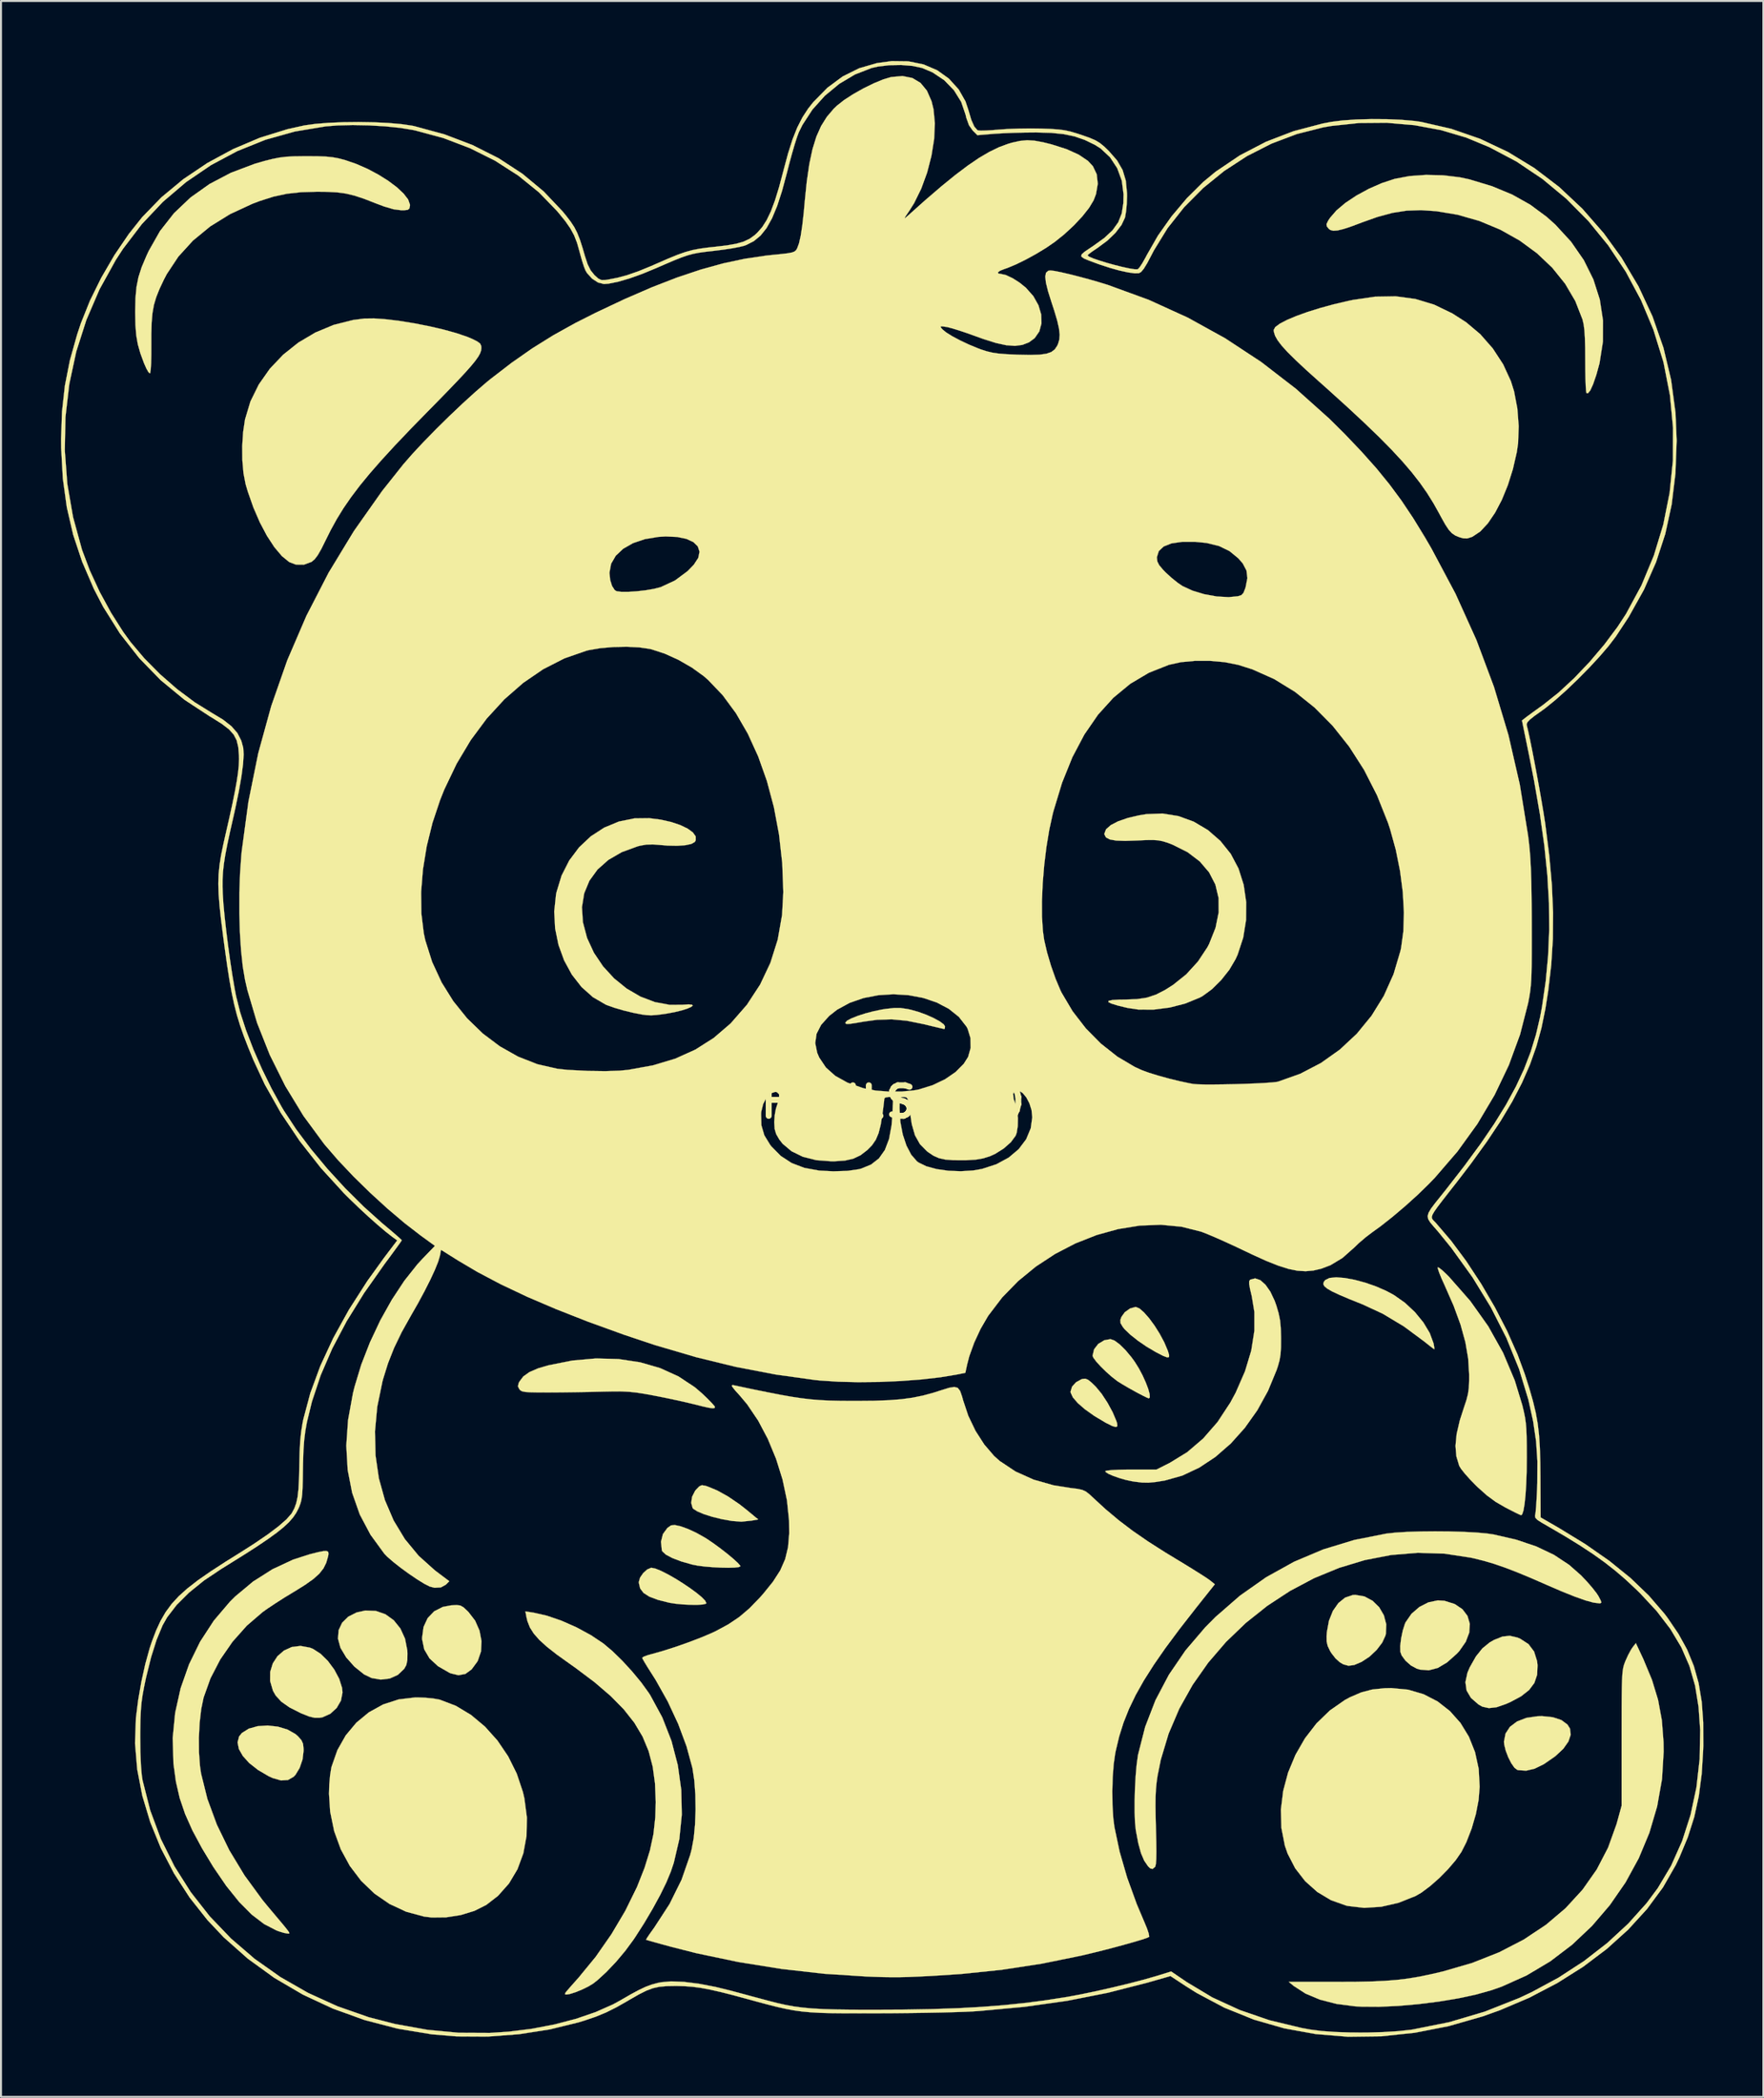
<source format=kicad_pcb>
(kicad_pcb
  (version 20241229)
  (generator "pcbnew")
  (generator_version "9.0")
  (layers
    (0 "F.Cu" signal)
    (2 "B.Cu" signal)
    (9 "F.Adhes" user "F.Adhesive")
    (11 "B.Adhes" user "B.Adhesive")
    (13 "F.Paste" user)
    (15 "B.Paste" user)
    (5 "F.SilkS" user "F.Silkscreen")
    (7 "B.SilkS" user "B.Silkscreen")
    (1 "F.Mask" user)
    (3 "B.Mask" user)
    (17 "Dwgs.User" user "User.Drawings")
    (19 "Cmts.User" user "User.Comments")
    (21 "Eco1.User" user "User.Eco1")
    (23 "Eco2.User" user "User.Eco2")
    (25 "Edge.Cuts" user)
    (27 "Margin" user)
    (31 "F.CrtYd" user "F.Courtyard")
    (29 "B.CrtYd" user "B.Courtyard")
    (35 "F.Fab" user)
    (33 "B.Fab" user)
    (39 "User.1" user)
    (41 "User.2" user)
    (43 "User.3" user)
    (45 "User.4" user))
  (footprint "F.SilkS_g30"
    (layer "F.Cu")
    (at 41.596 52.042)
    (property "Reference" "F.SilkS_g30" (at 0 0 0) (layer "F.SilkS") (effects (font (size 1.524 1.524) (thickness 0.3))))
    (attr through_hole)
    (fp_poly (pts (xy -9.375 19.183) (xy -9.265 19.217) (xy -8.782 19.417) (xy -8.237 19.72) (xy -7.676 20.101) (xy -7.324 20.376) (xy -6.731 20.867) (xy -7.07 20.927) (xy -7.569 20.979) (xy -8.043 20.943) (xy -8.548 20.853) (xy -9.026 20.736) (xy -9.445 20.603) (xy -9.772 20.465) (xy -9.975 20.334) (xy -10.009 20.293) (xy -10.08 20.039) (xy -10.036 19.734) (xy -9.888 19.442) (xy -9.837 19.378) (xy -9.676 19.213) (xy -9.548 19.155) (xy -9.375 19.183)) (stroke (width 0.01) (type solid)) (fill yes) (layer "F.SilkS"))
    (fp_poly (pts (xy 9.764 13.884) (xy 9.94 14.025) (xy 10.151 14.231) (xy 10.442 14.582) (xy 10.736 15.03) (xy 10.996 15.509) (xy 11.184 15.954) (xy 11.219 16.066) (xy 11.231 16.203) (xy 11.156 16.247) (xy 10.976 16.196) (xy 10.677 16.047) (xy 10.614 16.013) (xy 10.072 15.689) (xy 9.612 15.362) (xy 9.25 15.048) (xy 9.005 14.764) (xy 8.895 14.524) (xy 8.89 14.475) (xy 8.966 14.229) (xy 9.164 14.008) (xy 9.439 13.858) (xy 9.493 13.843) (xy 9.628 13.831) (xy 9.764 13.884)) (stroke (width 0.01) (type solid)) (fill yes) (layer "F.SilkS"))
    (fp_poly (pts (xy -25.85 25.44) (xy -25.37 25.608) (xy -24.956 25.907) (xy -24.624 26.319) (xy -24.392 26.825) (xy -24.278 27.409) (xy -24.27 27.566) (xy -24.277 27.909) (xy -24.327 28.145) (xy -24.432 28.335) (xy -24.753 28.639) (xy -25.157 28.82) (xy -25.607 28.874) (xy -26.065 28.794) (xy -26.437 28.614) (xy -26.923 28.225) (xy -27.331 27.766) (xy -27.617 27.288) (xy -27.62 27.282) (xy -27.744 26.826) (xy -27.711 26.402) (xy -27.536 26.03) (xy -27.23 25.728) (xy -26.808 25.515) (xy -26.376 25.421) (xy -25.85 25.44)) (stroke (width 0.01) (type solid)) (fill yes) (layer "F.SilkS"))
    (fp_poly (pts (xy -30.751 31.226) (xy -30.274 31.369) (xy -29.872 31.595) (xy -29.744 31.707) (xy -29.574 31.9) (xy -29.491 32.084) (xy -29.465 32.334) (xy -29.464 32.434) (xy -29.517 32.868) (xy -29.661 33.289) (xy -29.869 33.632) (xy -29.964 33.732) (xy -30.248 33.894) (xy -30.595 33.914) (xy -31.016 33.792) (xy -31.211 33.702) (xy -31.747 33.388) (xy -32.181 33.047) (xy -32.501 32.693) (xy -32.699 32.344) (xy -32.765 32.013) (xy -32.689 31.717) (xy -32.552 31.544) (xy -32.203 31.326) (xy -31.758 31.202) (xy -31.26 31.17) (xy -30.751 31.226)) (stroke (width 0.01) (type solid)) (fill yes) (layer "F.SilkS"))
    (fp_poly (pts (xy -21.626 25.17) (xy -21.472 25.257) (xy -21.282 25.432) (xy -21.216 25.498) (xy -20.886 25.928) (xy -20.667 26.425) (xy -20.567 26.951) (xy -20.592 27.464) (xy -20.75 27.926) (xy -20.776 27.974) (xy -21.063 28.364) (xy -21.374 28.59) (xy -21.718 28.654) (xy -22.105 28.561) (xy -22.168 28.534) (xy -22.744 28.203) (xy -23.166 27.813) (xy -23.43 27.364) (xy -23.535 26.861) (xy -23.537 26.777) (xy -23.465 26.244) (xy -23.259 25.799) (xy -22.933 25.459) (xy -22.501 25.24) (xy -22.089 25.162) (xy -21.81 25.147) (xy -21.626 25.17)) (stroke (width 0.01) (type solid)) (fill yes) (layer "F.SilkS"))
    (fp_poly (pts (xy 12.331 10.317) (xy 12.561 10.515) (xy 12.822 10.812) (xy 13.091 11.179) (xy 13.349 11.588) (xy 13.576 12.012) (xy 13.75 12.423) (xy 13.756 12.439) (xy 13.817 12.642) (xy 13.813 12.75) (xy 13.723 12.767) (xy 13.529 12.694) (xy 13.213 12.532) (xy 13.14 12.493) (xy 12.692 12.228) (xy 12.259 11.931) (xy 11.88 11.631) (xy 11.596 11.358) (xy 11.503 11.244) (xy 11.391 11.054) (xy 11.382 10.894) (xy 11.433 10.745) (xy 11.604 10.507) (xy 11.861 10.324) (xy 12.134 10.245) (xy 12.15 10.245) (xy 12.331 10.317)) (stroke (width 0.01) (type solid)) (fill yes) (layer "F.SilkS"))
    (fp_poly (pts (xy 33.008 30.755) (xy 33.437 30.897) (xy 33.738 31.121) (xy 33.864 31.319) (xy 33.902 31.625) (xy 33.788 31.968) (xy 33.533 32.329) (xy 33.145 32.692) (xy 33.099 32.728) (xy 32.564 33.098) (xy 32.096 33.328) (xy 31.674 33.426) (xy 31.279 33.399) (xy 31.23 33.387) (xy 31.088 33.278) (xy 30.929 33.051) (xy 30.777 32.751) (xy 30.652 32.424) (xy 30.577 32.118) (xy 30.565 31.974) (xy 30.643 31.572) (xy 30.865 31.233) (xy 31.216 30.969) (xy 31.679 30.789) (xy 32.237 30.705) (xy 32.47 30.7) (xy 33.008 30.755)) (stroke (width 0.01) (type solid)) (fill yes) (layer "F.SilkS"))
    (fp_poly (pts (xy 27.583 24.933) (xy 28.1 25.096) (xy 28.487 25.355) (xy 28.741 25.691) (xy 28.856 26.086) (xy 28.828 26.523) (xy 28.654 26.983) (xy 28.329 27.448) (xy 28.21 27.577) (xy 27.72 28.014) (xy 27.255 28.29) (xy 26.806 28.408) (xy 26.361 28.373) (xy 26.204 28.325) (xy 25.909 28.165) (xy 25.641 27.929) (xy 25.448 27.666) (xy 25.382 27.483) (xy 25.377 27.191) (xy 25.422 26.814) (xy 25.503 26.425) (xy 25.607 26.096) (xy 25.646 26.008) (xy 25.943 25.58) (xy 26.335 25.242) (xy 26.784 25.013) (xy 27.255 24.914) (xy 27.583 24.933)) (stroke (width 0.01) (type solid)) (fill yes) (layer "F.SilkS"))
    (fp_poly (pts (xy 31.227 26.769) (xy 31.379 26.832) (xy 31.791 27.1) (xy 32.071 27.471) (xy 32.22 27.949) (xy 32.243 28.159) (xy 32.222 28.633) (xy 32.086 29.039) (xy 31.822 29.393) (xy 31.417 29.711) (xy 30.859 30.008) (xy 30.661 30.094) (xy 30.192 30.256) (xy 29.81 30.299) (xy 29.484 30.226) (xy 29.294 30.12) (xy 28.913 29.788) (xy 28.695 29.417) (xy 28.637 29) (xy 28.739 28.529) (xy 28.856 28.257) (xy 29.164 27.714) (xy 29.488 27.309) (xy 29.857 27.011) (xy 30.073 26.889) (xy 30.49 26.723) (xy 30.855 26.684) (xy 31.227 26.769)) (stroke (width 0.01) (type solid)) (fill yes) (layer "F.SilkS"))
    (fp_poly (pts (xy -29.152 27.275) (xy -28.998 27.336) (xy -28.616 27.582) (xy -28.25 27.942) (xy -27.929 28.374) (xy -27.683 28.836) (xy -27.541 29.283) (xy -27.517 29.515) (xy -27.596 29.924) (xy -27.81 30.291) (xy -28.127 30.581) (xy -28.515 30.756) (xy -28.667 30.784) (xy -28.911 30.783) (xy -29.194 30.715) (xy -29.566 30.567) (xy -29.615 30.545) (xy -30.169 30.264) (xy -30.576 29.979) (xy -30.859 29.671) (xy -30.995 29.432) (xy -31.137 28.949) (xy -31.134 28.486) (xy -31.004 28.064) (xy -30.769 27.703) (xy -30.447 27.423) (xy -30.057 27.245) (xy -29.619 27.189) (xy -29.152 27.275)) (stroke (width 0.01) (type solid)) (fill yes) (layer "F.SilkS"))
    (fp_poly (pts (xy -11.866 23.325) (xy -11.584 23.44) (xy -11.245 23.612) (xy -10.873 23.824) (xy -10.493 24.061) (xy -10.129 24.306) (xy -9.806 24.544) (xy -9.548 24.758) (xy -9.38 24.932) (xy -9.325 25.05) (xy -9.345 25.081) (xy -9.494 25.118) (xy -9.766 25.136) (xy -10.115 25.134) (xy -10.495 25.116) (xy -10.862 25.081) (xy -11.17 25.032) (xy -11.176 25.031) (xy -11.753 24.885) (xy -12.177 24.725) (xy -12.465 24.539) (xy -12.633 24.316) (xy -12.697 24.046) (xy -12.699 23.988) (xy -12.637 23.774) (xy -12.481 23.548) (xy -12.28 23.367) (xy -12.084 23.284) (xy -12.067 23.283) (xy -11.866 23.325)) (stroke (width 0.01) (type solid)) (fill yes) (layer "F.SilkS"))
    (fp_poly (pts (xy 23.587 24.716) (xy 23.992 24.932) (xy 24.323 25.256) (xy 24.559 25.659) (xy 24.678 26.111) (xy 24.659 26.583) (xy 24.638 26.671) (xy 24.476 27.024) (xy 24.196 27.391) (xy 23.841 27.726) (xy 23.45 27.984) (xy 23.438 27.99) (xy 23.077 28.143) (xy 22.789 28.181) (xy 22.524 28.107) (xy 22.35 28.003) (xy 22.137 27.81) (xy 21.931 27.544) (xy 21.864 27.432) (xy 21.749 27.189) (xy 21.697 26.968) (xy 21.694 26.696) (xy 21.708 26.503) (xy 21.813 25.932) (xy 22.009 25.44) (xy 22.283 25.049) (xy 22.618 24.777) (xy 22.998 24.647) (xy 23.13 24.638) (xy 23.587 24.716)) (stroke (width 0.01) (type solid)) (fill yes) (layer "F.SilkS"))
    (fp_poly (pts (xy -10.607 21.21) (xy -10.235 21.345) (xy -9.819 21.539) (xy -9.388 21.781) (xy -9.249 21.869) (xy -8.925 22.091) (xy -8.586 22.341) (xy -8.259 22.597) (xy -7.973 22.836) (xy -7.756 23.035) (xy -7.635 23.171) (xy -7.62 23.206) (xy -7.698 23.248) (xy -7.91 23.273) (xy -8.221 23.282) (xy -8.596 23.275) (xy -9 23.254) (xy -9.399 23.221) (xy -9.758 23.176) (xy -10.033 23.122) (xy -10.582 22.965) (xy -11.026 22.796) (xy -11.346 22.626) (xy -11.523 22.463) (xy -11.548 22.409) (xy -11.591 21.981) (xy -11.495 21.598) (xy -11.27 21.292) (xy -11.089 21.165) (xy -10.902 21.146) (xy -10.607 21.21)) (stroke (width 0.01) (type solid)) (fill yes) (layer "F.SilkS"))
    (fp_poly (pts (xy 11.085 11.922) (xy 11.344 12.114) (xy 11.639 12.404) (xy 11.943 12.769) (xy 12.103 12.991) (xy 12.305 13.314) (xy 12.492 13.666) (xy 12.651 14.018) (xy 12.773 14.339) (xy 12.844 14.599) (xy 12.854 14.767) (xy 12.806 14.815) (xy 12.707 14.777) (xy 12.499 14.675) (xy 12.22 14.529) (xy 12.111 14.47) (xy 11.782 14.286) (xy 11.477 14.107) (xy 11.255 13.968) (xy 11.222 13.946) (xy 10.951 13.736) (xy 10.666 13.483) (xy 10.397 13.219) (xy 10.175 12.975) (xy 10.031 12.781) (xy 9.991 12.683) (xy 10.068 12.36) (xy 10.276 12.09) (xy 10.576 11.91) (xy 10.886 11.853) (xy 11.085 11.922)) (stroke (width 0.01) (type solid)) (fill yes) (layer "F.SilkS"))
    (fp_poly (pts (xy 22.601 8.796) (xy 23.093 8.887) (xy 23.623 9.029) (xy 24.163 9.217) (xy 24.682 9.444) (xy 25.061 9.648) (xy 25.61 10.033) (xy 26.11 10.501) (xy 26.533 11.018) (xy 26.853 11.549) (xy 27.042 12.061) (xy 27.047 12.086) (xy 27.08 12.271) (xy 27.081 12.357) (xy 27.079 12.358) (xy 27.004 12.307) (xy 26.835 12.176) (xy 26.605 11.993) (xy 26.585 11.977) (xy 25.558 11.217) (xy 24.511 10.588) (xy 23.495 10.116) (xy 22.846 9.856) (xy 22.344 9.644) (xy 21.974 9.471) (xy 21.724 9.327) (xy 21.58 9.205) (xy 21.528 9.096) (xy 21.556 8.99) (xy 21.632 8.896) (xy 21.842 8.795) (xy 22.174 8.763) (xy 22.601 8.796)) (stroke (width 0.01) (type solid)) (fill yes) (layer "F.SilkS"))
    (fp_poly (pts (xy 0.397 -4.699) (xy 0.734 -4.65) (xy 0.902 -4.614) (xy 1.288 -4.505) (xy 1.681 -4.361) (xy 2.045 -4.198) (xy 2.345 -4.034) (xy 2.545 -3.886) (xy 2.61 -3.789) (xy 2.601 -3.67) (xy 2.567 -3.651) (xy 2.462 -3.674) (xy 2.227 -3.729) (xy 1.898 -3.808) (xy 1.524 -3.898) (xy 0.699 -4.064) (xy -0.05 -4.134) (xy -0.788 -4.111) (xy -1.439 -4.022) (xy -1.846 -3.952) (xy -2.115 -3.912) (xy -2.273 -3.901) (xy -2.349 -3.917) (xy -2.37 -3.958) (xy -2.371 -3.966) (xy -2.293 -4.061) (xy -2.081 -4.176) (xy -1.768 -4.302) (xy -1.385 -4.426) (xy -0.966 -4.537) (xy -0.542 -4.625) (xy -0.344 -4.656) (xy 0.066 -4.7) (xy 0.397 -4.699)) (stroke (width 0.01) (type solid)) (fill yes) (layer "F.SilkS"))
    (fp_poly (pts (xy -23.393 29.779) (xy -22.999 29.816) (xy -22.686 29.87) (xy -22.648 29.88) (xy -21.85 30.184) (xy -21.094 30.638) (xy -20.395 31.222) (xy -19.771 31.918) (xy -19.235 32.708) (xy -18.805 33.573) (xy -18.496 34.496) (xy -18.422 34.816) (xy -18.296 35.774) (xy -18.316 36.693) (xy -18.475 37.557) (xy -18.769 38.354) (xy -19.193 39.067) (xy -19.741 39.683) (xy -20.33 40.139) (xy -20.919 40.434) (xy -21.605 40.644) (xy -22.335 40.758) (xy -23.054 40.766) (xy -23.435 40.72) (xy -24.336 40.477) (xy -25.168 40.089) (xy -25.922 39.57) (xy -26.586 38.932) (xy -27.15 38.19) (xy -27.603 37.358) (xy -27.935 36.449) (xy -28.135 35.477) (xy -28.193 34.583) (xy -28.179 34.115) (xy -28.139 33.662) (xy -28.08 33.293) (xy -28.065 33.228) (xy -27.774 32.4) (xy -27.356 31.662) (xy -26.826 31.027) (xy -26.198 30.508) (xy -25.488 30.117) (xy -24.711 29.865) (xy -23.883 29.766) (xy -23.791 29.765) (xy -23.393 29.779)) (stroke (width 0.01) (type solid)) (fill yes) (layer "F.SilkS"))
    (fp_poly (pts (xy 25.771 29.377) (xy 26.545 29.604) (xy 27.246 29.966) (xy 27.864 30.449) (xy 28.389 31.041) (xy 28.81 31.728) (xy 29.117 32.497) (xy 29.3 33.336) (xy 29.348 34.23) (xy 29.296 34.887) (xy 29.16 35.593) (xy 28.949 36.318) (xy 28.685 36.998) (xy 28.437 37.487) (xy 28.151 37.901) (xy 27.771 38.347) (xy 27.334 38.79) (xy 26.879 39.192) (xy 26.446 39.516) (xy 26.149 39.69) (xy 25.294 40.031) (xy 24.426 40.23) (xy 23.573 40.285) (xy 22.761 40.19) (xy 22.671 40.17) (xy 21.917 39.902) (xy 21.228 39.49) (xy 20.624 38.952) (xy 20.124 38.307) (xy 19.746 37.573) (xy 19.609 37.178) (xy 19.434 36.29) (xy 19.409 35.37) (xy 19.524 34.439) (xy 19.77 33.52) (xy 20.137 32.636) (xy 20.614 31.808) (xy 21.192 31.059) (xy 21.862 30.413) (xy 22.613 29.89) (xy 22.86 29.757) (xy 23.421 29.515) (xy 23.977 29.369) (xy 24.594 29.304) (xy 24.934 29.297) (xy 25.771 29.377)) (stroke (width 0.01) (type solid)) (fill yes) (layer "F.SilkS"))
    (fp_poly (pts (xy -13.711 12.849) (xy -12.638 13.011) (xy -11.635 13.301) (xy -10.718 13.717) (xy -9.901 14.256) (xy -9.539 14.566) (xy -9.271 14.823) (xy -9.056 15.042) (xy -8.922 15.194) (xy -8.89 15.248) (xy -8.916 15.296) (xy -9.008 15.309) (xy -9.191 15.285) (xy -9.487 15.22) (xy -9.922 15.111) (xy -9.948 15.105) (xy -10.326 15.014) (xy -10.811 14.906) (xy -11.345 14.793) (xy -11.869 14.689) (xy -11.938 14.675) (xy -12.42 14.587) (xy -12.813 14.526) (xy -13.167 14.488) (xy -13.531 14.47) (xy -13.955 14.468) (xy -14.49 14.478) (xy -14.605 14.481) (xy -15.213 14.495) (xy -15.887 14.507) (xy -16.555 14.516) (xy -17.147 14.52) (xy -17.3 14.52) (xy -17.791 14.518) (xy -18.141 14.511) (xy -18.377 14.494) (xy -18.526 14.465) (xy -18.616 14.42) (xy -18.672 14.361) (xy -18.744 14.217) (xy -18.713 14.062) (xy -18.674 13.98) (xy -18.477 13.719) (xy -18.169 13.5) (xy -17.731 13.311) (xy -17.224 13.162) (xy -16.019 12.923) (xy -14.843 12.819) (xy -13.711 12.849)) (stroke (width 0.01) (type solid)) (fill yes) (layer "F.SilkS"))
    (fp_poly (pts (xy 27.338 8.299) (xy 27.506 8.436) (xy 27.728 8.646) (xy 27.826 8.746) (xy 28.88 9.946) (xy 29.778 11.21) (xy 30.52 12.536) (xy 31.105 13.921) (xy 31.479 15.15) (xy 31.556 15.471) (xy 31.614 15.752) (xy 31.654 16.027) (xy 31.681 16.333) (xy 31.696 16.703) (xy 31.704 17.172) (xy 31.706 17.776) (xy 31.706 17.78) (xy 31.699 18.473) (xy 31.676 19.102) (xy 31.641 19.649) (xy 31.594 20.095) (xy 31.538 20.423) (xy 31.474 20.614) (xy 31.423 20.656) (xy 31.329 20.618) (xy 31.121 20.518) (xy 30.834 20.372) (xy 30.629 20.266) (xy 30.153 19.99) (xy 29.716 19.671) (xy 29.259 19.263) (xy 29.166 19.173) (xy 28.868 18.868) (xy 28.608 18.577) (xy 28.416 18.334) (xy 28.327 18.187) (xy 28.184 17.712) (xy 28.141 17.191) (xy 28.197 16.6) (xy 28.355 15.917) (xy 28.56 15.282) (xy 28.687 14.901) (xy 28.766 14.591) (xy 28.808 14.286) (xy 28.823 13.918) (xy 28.824 13.631) (xy 28.776 12.83) (xy 28.635 12.005) (xy 28.394 11.131) (xy 28.048 10.186) (xy 27.599 9.166) (xy 27.442 8.819) (xy 27.325 8.531) (xy 27.259 8.333) (xy 27.254 8.26) (xy 27.338 8.299)) (stroke (width 0.01) (type solid)) (fill yes) (layer "F.SilkS"))
    (fp_poly (pts (xy 18.377 8.904) (xy 18.635 9.13) (xy 18.881 9.48) (xy 19.098 9.94) (xy 19.184 10.181) (xy 19.295 10.56) (xy 19.365 10.903) (xy 19.402 11.276) (xy 19.415 11.745) (xy 19.416 11.811) (xy 19.413 12.265) (xy 19.391 12.61) (xy 19.343 12.904) (xy 19.259 13.207) (xy 19.193 13.402) (xy 18.764 14.441) (xy 18.23 15.408) (xy 17.605 16.289) (xy 16.904 17.07) (xy 16.139 17.738) (xy 15.326 18.277) (xy 14.478 18.676) (xy 13.609 18.92) (xy 13.579 18.925) (xy 13.132 18.997) (xy 12.782 19.029) (xy 12.461 19.023) (xy 12.102 18.979) (xy 11.967 18.957) (xy 11.646 18.889) (xy 11.316 18.794) (xy 11.014 18.687) (xy 10.778 18.583) (xy 10.644 18.494) (xy 10.63 18.451) (xy 10.727 18.423) (xy 10.963 18.4) (xy 11.306 18.383) (xy 11.726 18.374) (xy 11.933 18.373) (xy 13.188 18.373) (xy 13.854 18.037) (xy 14.725 17.504) (xy 15.523 16.821) (xy 16.243 15.994) (xy 16.879 15.027) (xy 17.151 14.522) (xy 17.616 13.458) (xy 17.927 12.427) (xy 18.083 11.436) (xy 18.083 10.492) (xy 17.952 9.704) (xy 17.865 9.336) (xy 17.823 9.099) (xy 17.824 8.96) (xy 17.866 8.889) (xy 17.878 8.88) (xy 18.12 8.816) (xy 18.377 8.904)) (stroke (width 0.01) (type solid)) (fill yes) (layer "F.SilkS"))
    (fp_poly (pts (xy 26.133 -40.146) (xy 27.073 -39.862) (xy 27.987 -39.421) (xy 28.67 -38.982) (xy 29.378 -38.387) (xy 30.004 -37.674) (xy 30.523 -36.879) (xy 30.911 -36.037) (xy 31.07 -35.529) (xy 31.233 -34.672) (xy 31.301 -33.789) (xy 31.271 -32.943) (xy 31.207 -32.494) (xy 31.011 -31.64) (xy 30.758 -30.838) (xy 30.458 -30.105) (xy 30.121 -29.462) (xy 29.759 -28.929) (xy 29.38 -28.523) (xy 28.996 -28.266) (xy 28.956 -28.248) (xy 28.729 -28.175) (xy 28.529 -28.181) (xy 28.324 -28.24) (xy 28.124 -28.324) (xy 27.957 -28.439) (xy 27.799 -28.614) (xy 27.626 -28.876) (xy 27.414 -29.255) (xy 27.33 -29.413) (xy 27.038 -29.936) (xy 26.719 -30.447) (xy 26.361 -30.957) (xy 25.954 -31.48) (xy 25.485 -32.027) (xy 24.945 -32.61) (xy 24.321 -33.242) (xy 23.603 -33.935) (xy 22.78 -34.701) (xy 21.841 -35.552) (xy 21.282 -36.05) (xy 20.653 -36.616) (xy 20.146 -37.09) (xy 19.749 -37.483) (xy 19.453 -37.808) (xy 19.247 -38.078) (xy 19.119 -38.304) (xy 19.058 -38.5) (xy 19.05 -38.601) (xy 19.13 -38.744) (xy 19.358 -38.912) (xy 19.714 -39.098) (xy 20.181 -39.295) (xy 20.739 -39.496) (xy 21.371 -39.693) (xy 22.056 -39.88) (xy 22.778 -40.049) (xy 23 -40.096) (xy 24.113 -40.26) (xy 25.152 -40.278) (xy 26.133 -40.146)) (stroke (width 0.01) (type solid)) (fill yes) (layer "F.SilkS"))
    (fp_poly (pts (xy -25.349 -39.132) (xy -24.666 -39.048) (xy -23.936 -38.93) (xy -23.196 -38.785) (xy -22.482 -38.62) (xy -21.833 -38.441) (xy -21.285 -38.256) (xy -21.041 -38.154) (xy -20.778 -38.023) (xy -20.636 -37.916) (xy -20.581 -37.796) (xy -20.574 -37.694) (xy -20.588 -37.571) (xy -20.636 -37.431) (xy -20.728 -37.264) (xy -20.874 -37.058) (xy -21.084 -36.8) (xy -21.368 -36.48) (xy -21.736 -36.085) (xy -22.198 -35.603) (xy -22.764 -35.022) (xy -23.235 -34.544) (xy -24.125 -33.633) (xy -24.9 -32.819) (xy -25.572 -32.087) (xy -26.153 -31.424) (xy -26.655 -30.812) (xy -27.09 -30.238) (xy -27.469 -29.687) (xy -27.804 -29.144) (xy -28.107 -28.594) (xy -28.361 -28.084) (xy -28.579 -27.645) (xy -28.756 -27.338) (xy -28.91 -27.135) (xy -29.058 -27.01) (xy -29.066 -27.005) (xy -29.448 -26.863) (xy -29.85 -26.867) (xy -30.184 -26.995) (xy -30.55 -27.294) (xy -30.925 -27.738) (xy -31.296 -28.305) (xy -31.649 -28.972) (xy -31.973 -29.718) (xy -32.254 -30.518) (xy -32.363 -30.887) (xy -32.469 -31.435) (xy -32.526 -32.089) (xy -32.532 -32.794) (xy -32.487 -33.493) (xy -32.393 -34.121) (xy -32.123 -35.022) (xy -31.704 -35.871) (xy -31.154 -36.655) (xy -30.488 -37.358) (xy -29.723 -37.967) (xy -28.875 -38.469) (xy -27.961 -38.849) (xy -26.998 -39.093) (xy -26.42 -39.168) (xy -25.945 -39.174) (xy -25.349 -39.132)) (stroke (width 0.01) (type solid)) (fill yes) (layer "F.SilkS"))
    (fp_poly (pts (xy 27.52 -46.328) (xy 28.349 -46.229) (xy 28.829 -46.127) (xy 29.969 -45.783) (xy 30.976 -45.365) (xy 31.876 -44.86) (xy 32.695 -44.255) (xy 33.131 -43.865) (xy 33.921 -43.006) (xy 34.556 -42.089) (xy 35.036 -41.122) (xy 35.357 -40.115) (xy 35.516 -39.075) (xy 35.512 -38.011) (xy 35.343 -36.933) (xy 35.184 -36.354) (xy 35.023 -35.887) (xy 34.884 -35.58) (xy 34.769 -35.435) (xy 34.69 -35.442) (xy 34.671 -35.543) (xy 34.654 -35.785) (xy 34.64 -36.141) (xy 34.632 -36.583) (xy 34.629 -37.083) (xy 34.625 -37.717) (xy 34.611 -38.209) (xy 34.587 -38.586) (xy 34.549 -38.877) (xy 34.496 -39.107) (xy 34.492 -39.122) (xy 34.133 -40.041) (xy 33.624 -40.906) (xy 32.981 -41.706) (xy 32.217 -42.43) (xy 31.347 -43.068) (xy 30.385 -43.609) (xy 29.346 -44.042) (xy 28.243 -44.358) (xy 27.179 -44.535) (xy 26.412 -44.587) (xy 25.699 -44.562) (xy 24.992 -44.452) (xy 24.243 -44.249) (xy 23.499 -43.985) (xy 22.956 -43.781) (xy 22.544 -43.645) (xy 22.243 -43.572) (xy 22.029 -43.557) (xy 21.882 -43.596) (xy 21.81 -43.649) (xy 21.707 -43.772) (xy 21.69 -43.886) (xy 21.766 -44.047) (xy 21.867 -44.202) (xy 22.187 -44.573) (xy 22.639 -44.952) (xy 23.191 -45.319) (xy 23.809 -45.655) (xy 24.458 -45.939) (xy 25.104 -46.151) (xy 25.839 -46.289) (xy 26.664 -46.348) (xy 27.52 -46.328)) (stroke (width 0.01) (type solid)) (fill yes) (layer "F.SilkS"))
    (fp_poly (pts (xy 14.288 -14.293) (xy 15.048 -14.016) (xy 15.754 -13.599) (xy 16.382 -13.054) (xy 16.899 -12.409) (xy 17.289 -11.673) (xy 17.548 -10.858) (xy 17.674 -9.991) (xy 17.667 -9.102) (xy 17.524 -8.218) (xy 17.245 -7.369) (xy 17.143 -7.144) (xy 16.83 -6.612) (xy 16.424 -6.099) (xy 15.968 -5.647) (xy 15.5 -5.303) (xy 15.353 -5.221) (xy 14.633 -4.926) (xy 13.847 -4.723) (xy 13.044 -4.621) (xy 12.274 -4.625) (xy 11.745 -4.703) (xy 11.255 -4.822) (xy 10.934 -4.921) (xy 10.78 -4.999) (xy 10.794 -5.058) (xy 10.976 -5.098) (xy 11.326 -5.119) (xy 11.62 -5.122) (xy 12.215 -5.144) (xy 12.708 -5.219) (xy 13.157 -5.368) (xy 13.622 -5.606) (xy 14.026 -5.862) (xy 14.681 -6.388) (xy 15.264 -7.028) (xy 15.731 -7.733) (xy 15.822 -7.907) (xy 16.141 -8.71) (xy 16.297 -9.477) (xy 16.293 -10.201) (xy 16.132 -10.873) (xy 15.818 -11.483) (xy 15.355 -12.025) (xy 14.745 -12.489) (xy 13.993 -12.866) (xy 13.72 -12.969) (xy 13.492 -13.039) (xy 13.27 -13.082) (xy 13.011 -13.099) (xy 12.67 -13.095) (xy 12.226 -13.074) (xy 11.622 -13.054) (xy 11.169 -13.07) (xy 10.856 -13.126) (xy 10.666 -13.224) (xy 10.587 -13.368) (xy 10.583 -13.42) (xy 10.665 -13.634) (xy 10.898 -13.841) (xy 11.265 -14.032) (xy 11.748 -14.199) (xy 12.328 -14.334) (xy 12.685 -14.392) (xy 13.493 -14.422) (xy 14.288 -14.293)) (stroke (width 0.01) (type solid)) (fill yes) (layer "F.SilkS"))
    (fp_poly (pts (xy 37.536 27.855) (xy 37.967 28.888) (xy 38.271 29.886) (xy 38.459 30.903) (xy 38.543 31.991) (xy 38.55 32.47) (xy 38.467 33.853) (xy 38.225 35.212) (xy 37.835 36.533) (xy 37.305 37.804) (xy 36.644 39.012) (xy 35.861 40.144) (xy 34.967 41.188) (xy 33.969 42.13) (xy 32.878 42.959) (xy 31.702 43.66) (xy 30.451 44.222) (xy 29.947 44.399) (xy 29.176 44.616) (xy 28.279 44.808) (xy 27.301 44.97) (xy 26.285 45.098) (xy 25.274 45.187) (xy 24.311 45.231) (xy 23.44 45.225) (xy 23.114 45.206) (xy 22.191 45.086) (xy 21.36 44.872) (xy 20.641 44.571) (xy 20.054 44.191) (xy 20.04 44.18) (xy 19.803 43.984) (xy 22.241 43.984) (xy 23.154 43.98) (xy 23.93 43.964) (xy 24.601 43.934) (xy 25.202 43.887) (xy 25.763 43.819) (xy 26.318 43.726) (xy 26.898 43.607) (xy 27.514 43.463) (xy 28.976 43.038) (xy 30.325 42.505) (xy 31.556 41.868) (xy 32.664 41.132) (xy 33.645 40.301) (xy 34.492 39.378) (xy 35.203 38.368) (xy 35.771 37.274) (xy 36.193 36.102) (xy 36.22 36.007) (xy 36.448 35.179) (xy 36.448 31.792) (xy 36.449 30.945) (xy 36.45 30.25) (xy 36.454 29.688) (xy 36.46 29.243) (xy 36.47 28.897) (xy 36.484 28.632) (xy 36.504 28.43) (xy 36.53 28.274) (xy 36.563 28.146) (xy 36.605 28.029) (xy 36.64 27.94) (xy 36.775 27.644) (xy 36.917 27.382) (xy 36.996 27.263) (xy 37.16 27.051) (xy 37.536 27.855)) (stroke (width 0.01) (type solid)) (fill yes) (layer "F.SilkS"))
    (fp_poly (pts (xy -11.604 -14.116) (xy -11.082 -13.998) (xy -10.628 -13.846) (xy -10.259 -13.668) (xy -9.995 -13.475) (xy -9.854 -13.276) (xy -9.854 -13.082) (xy -9.905 -12.998) (xy -10.075 -12.902) (xy -10.38 -12.838) (xy -10.788 -12.81) (xy -11.267 -12.82) (xy -11.573 -12.846) (xy -11.995 -12.879) (xy -12.325 -12.87) (xy -12.636 -12.815) (xy -12.759 -12.783) (xy -13.552 -12.493) (xy -14.223 -12.104) (xy -14.765 -11.624) (xy -15.17 -11.065) (xy -15.432 -10.435) (xy -15.544 -9.744) (xy -15.498 -9.001) (xy -15.496 -8.987) (xy -15.288 -8.202) (xy -14.946 -7.462) (xy -14.49 -6.784) (xy -13.938 -6.182) (xy -13.309 -5.673) (xy -12.623 -5.272) (xy -11.898 -4.995) (xy -11.153 -4.857) (xy -10.52 -4.862) (xy -10.205 -4.881) (xy -10.038 -4.864) (xy -10.004 -4.818) (xy -10.09 -4.75) (xy -10.278 -4.669) (xy -10.555 -4.582) (xy -10.905 -4.496) (xy -11.314 -4.42) (xy -11.43 -4.402) (xy -11.804 -4.353) (xy -12.078 -4.335) (xy -12.321 -4.346) (xy -12.531 -4.374) (xy -12.975 -4.46) (xy -13.46 -4.578) (xy -13.92 -4.712) (xy -14.291 -4.843) (xy -14.351 -4.868) (xy -14.995 -5.242) (xy -15.564 -5.749) (xy -16.047 -6.368) (xy -16.434 -7.078) (xy -16.717 -7.855) (xy -16.885 -8.678) (xy -16.93 -9.525) (xy -16.84 -10.375) (xy -16.817 -10.487) (xy -16.563 -11.32) (xy -16.181 -12.072) (xy -15.688 -12.731) (xy -15.099 -13.284) (xy -14.43 -13.718) (xy -13.698 -14.021) (xy -12.917 -14.18) (xy -12.174 -14.189) (xy -11.604 -14.116)) (stroke (width 0.01) (type solid)) (fill yes) (layer "F.SilkS"))
    (fp_poly (pts (xy -28.23 22.495) (xy -28.22 22.602) (xy -28.24 22.712) (xy -28.331 23.032) (xy -28.47 23.313) (xy -28.676 23.575) (xy -28.97 23.84) (xy -29.374 24.128) (xy -29.907 24.461) (xy -30.014 24.525) (xy -30.438 24.783) (xy -30.871 25.06) (xy -31.26 25.318) (xy -31.512 25.497) (xy -32.303 26.177) (xy -33.017 26.979) (xy -33.631 27.867) (xy -34.121 28.81) (xy -34.465 29.772) (xy -34.584 30.348) (xy -34.663 31.033) (xy -34.701 31.772) (xy -34.696 32.51) (xy -34.646 33.192) (xy -34.591 33.57) (xy -34.275 34.84) (xy -33.802 36.123) (xy -33.18 37.403) (xy -32.417 38.663) (xy -31.523 39.885) (xy -31.218 40.257) (xy -30.842 40.703) (xy -30.563 41.034) (xy -30.369 41.269) (xy -30.248 41.424) (xy -30.188 41.514) (xy -30.178 41.558) (xy -30.204 41.57) (xy -30.257 41.568) (xy -30.279 41.567) (xy -30.45 41.535) (xy -30.701 41.458) (xy -30.826 41.411) (xy -31.436 41.096) (xy -32.055 40.623) (xy -32.684 39.99) (xy -33.326 39.194) (xy -33.982 38.235) (xy -34.54 37.312) (xy -35.021 36.418) (xy -35.389 35.593) (xy -35.66 34.794) (xy -35.848 33.976) (xy -35.968 33.097) (xy -35.973 33.046) (xy -36.009 31.79) (xy -35.886 30.535) (xy -35.611 29.301) (xy -35.192 28.109) (xy -34.637 26.977) (xy -33.953 25.926) (xy -33.146 24.977) (xy -32.884 24.717) (xy -31.992 23.973) (xy -31.017 23.354) (xy -29.987 22.875) (xy -29.173 22.612) (xy -28.754 22.506) (xy -28.473 22.45) (xy -28.306 22.445) (xy -28.23 22.495)) (stroke (width 0.01) (type solid)) (fill yes) (layer "F.SilkS"))
    (fp_poly (pts (xy -17.976 25.525) (xy -17.304 25.677) (xy -16.566 25.93) (xy -15.812 26.263) (xy -15.092 26.654) (xy -14.472 27.069) (xy -14.023 27.446) (xy -13.531 27.926) (xy -13.037 28.464) (xy -12.581 29.015) (xy -12.205 29.534) (xy -12.127 29.655) (xy -11.527 30.763) (xy -11.068 31.935) (xy -10.751 33.15) (xy -10.578 34.387) (xy -10.551 35.625) (xy -10.674 36.845) (xy -10.949 38.025) (xy -11.098 38.47) (xy -11.321 39.007) (xy -11.631 39.639) (xy -12.008 40.331) (xy -12.431 41.046) (xy -12.881 41.749) (xy -12.961 41.868) (xy -13.373 42.428) (xy -13.839 42.983) (xy -14.321 43.491) (xy -14.781 43.911) (xy -14.981 44.067) (xy -15.227 44.217) (xy -15.543 44.371) (xy -15.872 44.504) (xy -16.158 44.594) (xy -16.315 44.619) (xy -16.396 44.602) (xy -16.368 44.526) (xy -16.29 44.429) (xy -16.153 44.271) (xy -15.946 44.036) (xy -15.716 43.777) (xy -15.712 43.773) (xy -14.858 42.733) (xy -14.071 41.604) (xy -13.374 40.428) (xy -12.791 39.242) (xy -12.413 38.285) (xy -12.143 37.413) (xy -11.968 36.599) (xy -11.876 35.768) (xy -11.853 34.997) (xy -11.889 34.07) (xy -12.005 33.226) (xy -12.209 32.449) (xy -12.511 31.723) (xy -12.923 31.031) (xy -13.454 30.358) (xy -14.114 29.688) (xy -14.912 29.005) (xy -15.859 28.293) (xy -16.171 28.072) (xy -16.8 27.622) (xy -17.296 27.233) (xy -17.675 26.89) (xy -17.952 26.574) (xy -18.145 26.269) (xy -18.269 25.956) (xy -18.318 25.75) (xy -18.372 25.465) (xy -17.976 25.525)) (stroke (width 0.01) (type solid)) (fill yes) (layer "F.SilkS"))
    (fp_poly (pts (xy -28.76 -47.28) (xy -28.35 -47.264) (xy -28.019 -47.231) (xy -27.722 -47.177) (xy -27.414 -47.097) (xy -27.407 -47.094) (xy -26.831 -46.898) (xy -26.261 -46.648) (xy -25.718 -46.359) (xy -25.223 -46.047) (xy -24.796 -45.727) (xy -24.461 -45.412) (xy -24.236 -45.12) (xy -24.145 -44.863) (xy -24.146 -44.801) (xy -24.175 -44.668) (xy -24.252 -44.603) (xy -24.423 -44.582) (xy -24.596 -44.583) (xy -24.959 -44.63) (xy -25.43 -44.767) (xy -25.866 -44.931) (xy -26.439 -45.154) (xy -26.915 -45.312) (xy -27.348 -45.416) (xy -27.791 -45.476) (xy -28.299 -45.503) (xy -28.787 -45.508) (xy -29.592 -45.485) (xy -30.298 -45.407) (xy -30.967 -45.263) (xy -31.664 -45.041) (xy -32.026 -44.904) (xy -33.143 -44.387) (xy -34.136 -43.772) (xy -34.998 -43.063) (xy -35.724 -42.267) (xy -36.306 -41.39) (xy -36.454 -41.106) (xy -36.672 -40.642) (xy -36.834 -40.236) (xy -36.949 -39.848) (xy -37.022 -39.438) (xy -37.063 -38.967) (xy -37.079 -38.396) (xy -37.079 -37.891) (xy -37.08 -37.362) (xy -37.09 -36.933) (xy -37.109 -36.623) (xy -37.135 -36.453) (xy -37.151 -36.427) (xy -37.22 -36.485) (xy -37.324 -36.665) (xy -37.441 -36.926) (xy -37.443 -36.932) (xy -37.626 -37.43) (xy -37.753 -37.879) (xy -37.832 -38.332) (xy -37.873 -38.841) (xy -37.885 -39.46) (xy -37.885 -39.539) (xy -37.87 -40.199) (xy -37.819 -40.746) (xy -37.721 -41.239) (xy -37.563 -41.732) (xy -37.332 -42.281) (xy -37.207 -42.55) (xy -36.643 -43.543) (xy -35.945 -44.434) (xy -35.119 -45.218) (xy -34.169 -45.893) (xy -33.097 -46.456) (xy -31.908 -46.904) (xy -31.406 -47.049) (xy -31.016 -47.146) (xy -30.679 -47.213) (xy -30.345 -47.254) (xy -29.961 -47.276) (xy -29.476 -47.283) (xy -29.295 -47.284) (xy -28.76 -47.28)) (stroke (width 0.01) (type solid)) (fill yes) (layer "F.SilkS"))
    (fp_poly (pts (xy 27.839 21.467) (xy 28.536 21.488) (xy 29.169 21.521) (xy 29.701 21.568) (xy 30.044 21.618) (xy 31.187 21.882) (xy 32.188 22.219) (xy 33.063 22.636) (xy 33.825 23.139) (xy 34.417 23.661) (xy 34.715 23.975) (xy 34.987 24.288) (xy 35.196 24.557) (xy 35.29 24.701) (xy 35.402 24.917) (xy 35.434 25.023) (xy 35.388 25.058) (xy 35.329 25.061) (xy 35.042 25.025) (xy 34.635 24.913) (xy 34.1 24.723) (xy 33.431 24.454) (xy 32.709 24.142) (xy 31.899 23.789) (xy 31.21 23.503) (xy 30.612 23.273) (xy 30.076 23.089) (xy 29.571 22.939) (xy 29.069 22.814) (xy 28.913 22.779) (xy 27.589 22.577) (xy 26.256 22.535) (xy 24.926 22.644) (xy 23.61 22.898) (xy 22.32 23.287) (xy 21.068 23.804) (xy 19.865 24.441) (xy 18.723 25.19) (xy 17.653 26.042) (xy 16.667 26.989) (xy 15.777 28.024) (xy 14.993 29.139) (xy 14.329 30.325) (xy 13.795 31.574) (xy 13.403 32.878) (xy 13.241 33.677) (xy 13.193 34.013) (xy 13.16 34.354) (xy 13.141 34.735) (xy 13.137 35.19) (xy 13.145 35.753) (xy 13.159 36.31) (xy 13.176 36.973) (xy 13.182 37.481) (xy 13.176 37.848) (xy 13.157 38.089) (xy 13.127 38.218) (xy 13.116 38.236) (xy 12.989 38.342) (xy 12.866 38.305) (xy 12.766 38.206) (xy 12.574 37.926) (xy 12.414 37.552) (xy 12.278 37.057) (xy 12.157 36.419) (xy 12.153 36.398) (xy 12.114 36.013) (xy 12.095 35.505) (xy 12.095 34.919) (xy 12.113 34.299) (xy 12.146 33.691) (xy 12.194 33.139) (xy 12.256 32.688) (xy 12.268 32.622) (xy 12.622 31.236) (xy 13.136 29.905) (xy 13.808 28.631) (xy 14.638 27.415) (xy 15.625 26.26) (xy 16.142 25.739) (xy 17.369 24.672) (xy 18.677 23.753) (xy 20.066 22.983) (xy 21.533 22.363) (xy 23.08 21.893) (xy 24.68 21.576) (xy 25.146 21.525) (xy 25.731 21.489) (xy 26.4 21.468) (xy 27.115 21.461) (xy 27.839 21.467)) (stroke (width 0.01) (type solid)) (fill yes) (layer "F.SilkS"))
    (fp_poly (pts (xy -7.958 14.157) (xy -7.052 14.349) (xy -6.286 14.506) (xy -5.634 14.633) (xy -5.07 14.733) (xy -4.568 14.809) (xy -4.102 14.864) (xy -3.647 14.901) (xy -3.177 14.924) (xy -2.666 14.936) (xy -2.089 14.941) (xy -1.778 14.941) (xy -0.919 14.933) (xy -0.195 14.906) (xy 0.429 14.858) (xy 0.986 14.782) (xy 1.509 14.675) (xy 2.034 14.533) (xy 2.424 14.408) (xy 2.812 14.287) (xy 3.077 14.243) (xy 3.251 14.291) (xy 3.37 14.447) (xy 3.467 14.726) (xy 3.514 14.901) (xy 3.776 15.687) (xy 4.137 16.439) (xy 4.576 17.121) (xy 5.067 17.694) (xy 5.353 17.949) (xy 6.14 18.472) (xy 7.041 18.877) (xy 8.044 19.161) (xy 8.879 19.294) (xy 9.232 19.337) (xy 9.471 19.388) (xy 9.65 19.468) (xy 9.822 19.6) (xy 9.979 19.746) (xy 10.637 20.351) (xy 11.297 20.905) (xy 11.994 21.434) (xy 12.761 21.964) (xy 13.634 22.52) (xy 14.129 22.821) (xy 14.597 23.104) (xy 15.029 23.37) (xy 15.399 23.603) (xy 15.681 23.785) (xy 15.848 23.901) (xy 15.863 23.912) (xy 16.105 24.108) (xy 15.137 25.326) (xy 14.334 26.356) (xy 13.642 27.286) (xy 13.054 28.133) (xy 12.559 28.913) (xy 12.147 29.644) (xy 11.811 30.342) (xy 11.539 31.026) (xy 11.323 31.711) (xy 11.154 32.416) (xy 11.122 32.573) (xy 11.046 33.107) (xy 10.998 33.751) (xy 10.978 34.449) (xy 10.987 35.145) (xy 11.025 35.783) (xy 11.082 36.237) (xy 11.343 37.472) (xy 11.72 38.772) (xy 12.199 40.093) (xy 12.587 41.008) (xy 12.714 41.315) (xy 12.797 41.563) (xy 12.823 41.714) (xy 12.814 41.738) (xy 12.7 41.79) (xy 12.448 41.874) (xy 12.085 41.983) (xy 11.637 42.109) (xy 11.132 42.247) (xy 10.596 42.387) (xy 10.056 42.522) (xy 9.538 42.646) (xy 9.44 42.669) (xy 7.448 43.075) (xy 5.451 43.381) (xy 3.396 43.593) (xy 1.938 43.687) (xy 1.311 43.718) (xy 0.806 43.739) (xy 0.377 43.75) (xy -0.024 43.752) (xy -0.443 43.746) (xy -0.928 43.731) (xy -1.312 43.717) (xy -3.422 43.581) (xy -5.579 43.336) (xy -7.731 42.99) (xy -9.822 42.551) (xy -11.049 42.24) (xy -11.486 42.121) (xy -11.86 42.017) (xy -12.144 41.937) (xy -12.308 41.888) (xy -12.338 41.877) (xy -12.3 41.805) (xy -12.184 41.63) (xy -12.009 41.383) (xy -11.928 41.27) (xy -11.163 40.093) (xy -10.564 38.883) (xy -10.13 37.637) (xy -10.058 37.361) (xy -9.953 36.792) (xy -9.887 36.11) (xy -9.86 35.369) (xy -9.872 34.62) (xy -9.924 33.917) (xy -10.015 33.312) (xy -10.023 33.274) (xy -10.315 32.205) (xy -10.731 31.089) (xy -11.252 29.97) (xy -11.858 28.891) (xy -12.059 28.573) (xy -12.256 28.264) (xy -12.413 28.007) (xy -12.51 27.835) (xy -12.531 27.784) (xy -12.456 27.728) (xy -12.264 27.656) (xy -12.086 27.606) (xy -11.509 27.444) (xy -10.862 27.238) (xy -10.2 27.005) (xy -9.573 26.765) (xy -9.036 26.536) (xy -8.843 26.445) (xy -8.217 26.107) (xy -7.676 25.743) (xy -7.171 25.313) (xy -6.655 24.782) (xy -6.487 24.593) (xy -5.992 23.982) (xy -5.628 23.415) (xy -5.381 22.851) (xy -5.236 22.249) (xy -5.179 21.566) (xy -5.187 20.916) (xy -5.292 19.909) (xy -5.512 18.872) (xy -5.835 17.839) (xy -6.247 16.845) (xy -6.733 15.925) (xy -7.28 15.115) (xy -7.631 14.697) (xy -7.875 14.426) (xy -8.011 14.256) (xy -8.052 14.171) (xy -8.007 14.149) (xy -7.958 14.157)) (stroke (width 0.01) (type solid)) (fill yes) (layer "F.SilkS"))
    (fp_poly (pts (xy 0.979 -51.192) (xy 1.386 -50.949) (xy 1.706 -50.561) (xy 1.939 -50.031) (xy 2.037 -49.63) (xy 2.104 -48.927) (xy 2.067 -48.138) (xy 1.934 -47.304) (xy 1.717 -46.464) (xy 1.424 -45.661) (xy 1.065 -44.932) (xy 0.832 -44.563) (xy 0.666 -44.319) (xy 0.595 -44.2) (xy 0.614 -44.19) (xy 0.717 -44.276) (xy 0.731 -44.288) (xy 1.625 -45.086) (xy 2.418 -45.767) (xy 3.123 -46.341) (xy 3.752 -46.815) (xy 4.318 -47.2) (xy 4.835 -47.503) (xy 5.314 -47.735) (xy 5.769 -47.903) (xy 5.974 -47.962) (xy 6.368 -48.048) (xy 6.723 -48.081) (xy 7.092 -48.058) (xy 7.526 -47.978) (xy 7.944 -47.874) (xy 8.691 -47.636) (xy 9.298 -47.361) (xy 9.755 -47.053) (xy 10.004 -46.789) (xy 10.198 -46.382) (xy 10.251 -45.907) (xy 10.164 -45.394) (xy 10.043 -45.078) (xy 9.818 -44.704) (xy 9.478 -44.273) (xy 9.052 -43.82) (xy 8.57 -43.374) (xy 8.104 -43) (xy 7.678 -42.707) (xy 7.181 -42.405) (xy 6.66 -42.119) (xy 6.161 -41.874) (xy 5.732 -41.695) (xy 5.583 -41.645) (xy 5.361 -41.557) (xy 5.256 -41.475) (xy 5.285 -41.416) (xy 5.397 -41.4) (xy 5.658 -41.341) (xy 5.989 -41.186) (xy 6.343 -40.961) (xy 6.654 -40.71) (xy 7.029 -40.287) (xy 7.285 -39.832) (xy 7.422 -39.37) (xy 7.436 -38.925) (xy 7.328 -38.523) (xy 7.095 -38.187) (xy 6.808 -37.977) (xy 6.48 -37.85) (xy 6.112 -37.801) (xy 5.678 -37.833) (xy 5.157 -37.947) (xy 4.524 -38.147) (xy 4.216 -38.258) (xy 3.77 -38.419) (xy 3.348 -38.561) (xy 2.992 -38.671) (xy 2.741 -38.737) (xy 2.692 -38.746) (xy 2.47 -38.777) (xy 2.388 -38.767) (xy 2.42 -38.701) (xy 2.483 -38.627) (xy 2.672 -38.472) (xy 2.982 -38.28) (xy 3.375 -38.071) (xy 3.814 -37.864) (xy 4.259 -37.68) (xy 4.426 -37.618) (xy 4.71 -37.527) (xy 4.987 -37.462) (xy 5.3 -37.416) (xy 5.692 -37.385) (xy 6.206 -37.362) (xy 6.266 -37.36) (xy 6.874 -37.348) (xy 7.338 -37.361) (xy 7.681 -37.408) (xy 7.927 -37.493) (xy 8.099 -37.623) (xy 8.222 -37.805) (xy 8.262 -37.892) (xy 8.328 -38.111) (xy 8.347 -38.362) (xy 8.313 -38.67) (xy 8.224 -39.063) (xy 8.074 -39.568) (xy 7.946 -39.958) (xy 7.766 -40.527) (xy 7.66 -40.958) (xy 7.626 -41.263) (xy 7.663 -41.457) (xy 7.772 -41.554) (xy 7.884 -41.571) (xy 8.08 -41.548) (xy 8.404 -41.484) (xy 8.823 -41.387) (xy 9.303 -41.266) (xy 9.81 -41.129) (xy 10.311 -40.985) (xy 10.759 -40.847) (xy 12.789 -40.107) (xy 14.74 -39.22) (xy 16.616 -38.185) (xy 18.421 -36.998) (xy 20.157 -35.659) (xy 21.828 -34.164) (xy 22.608 -33.39) (xy 23.448 -32.507) (xy 24.181 -31.685) (xy 24.835 -30.883) (xy 25.44 -30.065) (xy 26.025 -29.19) (xy 26.619 -28.22) (xy 26.932 -27.683) (xy 28.138 -25.417) (xy 29.182 -23.109) (xy 30.065 -20.753) (xy 30.789 -18.342) (xy 31.356 -15.871) (xy 31.768 -13.334) (xy 31.805 -13.039) (xy 31.849 -12.628) (xy 31.884 -12.167) (xy 31.911 -11.635) (xy 31.931 -11.01) (xy 31.944 -10.27) (xy 31.952 -9.393) (xy 31.954 -8.89) (xy 31.955 -8.085) (xy 31.954 -7.427) (xy 31.95 -6.894) (xy 31.942 -6.464) (xy 31.928 -6.114) (xy 31.907 -5.822) (xy 31.879 -5.566) (xy 31.843 -5.324) (xy 31.797 -5.073) (xy 31.767 -4.925) (xy 31.369 -3.375) (xy 30.809 -1.847) (xy 30.095 -0.352) (xy 29.235 1.094) (xy 28.236 2.477) (xy 27.107 3.785) (xy 26.792 4.111) (xy 26.236 4.651) (xy 25.623 5.204) (xy 24.997 5.734) (xy 24.403 6.204) (xy 23.985 6.506) (xy 23.652 6.758) (xy 23.298 7.06) (xy 23.072 7.278) (xy 22.488 7.795) (xy 21.889 8.157) (xy 21.426 8.332) (xy 21.035 8.424) (xy 20.647 8.459) (xy 20.24 8.434) (xy 19.791 8.343) (xy 19.278 8.18) (xy 18.677 7.941) (xy 17.966 7.619) (xy 17.61 7.449) (xy 17.088 7.202) (xy 16.573 6.966) (xy 16.1 6.756) (xy 15.705 6.59) (xy 15.424 6.482) (xy 15.415 6.479) (xy 14.44 6.234) (xy 13.412 6.136) (xy 12.349 6.177) (xy 11.271 6.351) (xy 10.194 6.649) (xy 9.137 7.066) (xy 8.118 7.594) (xy 7.156 8.225) (xy 6.267 8.953) (xy 5.471 9.77) (xy 4.785 10.669) (xy 4.753 10.718) (xy 4.392 11.34) (xy 4.073 12.025) (xy 3.827 12.705) (xy 3.719 13.118) (xy 3.629 13.537) (xy 3.19 13.626) (xy 2.368 13.762) (xy 1.422 13.87) (xy 0.395 13.947) (xy -0.667 13.993) (xy -1.723 14.005) (xy -2.728 13.981) (xy -3.639 13.921) (xy -3.895 13.895) (xy -5.863 13.621) (xy -7.83 13.244) (xy -9.825 12.758) (xy -11.878 12.155) (xy -13.462 11.626) (xy -15.225 10.987) (xy -16.829 10.358) (xy -18.281 9.737) (xy -19.59 9.118) (xy -20.766 8.498) (xy -21.731 7.927) (xy -22.591 7.388) (xy -22.648 7.689) (xy -22.734 7.982) (xy -22.9 8.392) (xy -23.133 8.896) (xy -23.422 9.467) (xy -23.755 10.083) (xy -24.085 10.658) (xy -24.562 11.511) (xy -24.94 12.294) (xy -25.241 13.056) (xy -25.487 13.845) (xy -25.521 13.974) (xy -25.781 15.232) (xy -25.895 16.467) (xy -25.867 17.664) (xy -25.7 18.813) (xy -25.397 19.902) (xy -24.962 20.919) (xy -24.398 21.851) (xy -23.709 22.686) (xy -22.897 23.414) (xy -22.844 23.454) (xy -22.178 23.956) (xy -22.35 24.128) (xy -22.599 24.265) (xy -22.92 24.282) (xy -23.161 24.218) (xy -23.433 24.08) (xy -23.79 23.86) (xy -24.193 23.586) (xy -24.601 23.289) (xy -24.975 22.996) (xy -25.273 22.738) (xy -25.426 22.58) (xy -26.118 21.631) (xy -26.655 20.617) (xy -27.035 19.536) (xy -27.259 18.39) (xy -27.328 17.179) (xy -27.24 15.902) (xy -26.996 14.56) (xy -26.917 14.241) (xy -26.581 13.132) (xy -26.146 12.015) (xy -25.631 10.921) (xy -25.052 9.885) (xy -24.428 8.939) (xy -23.777 8.117) (xy -23.521 7.839) (xy -22.895 7.191) (xy -23.618 6.666) (xy -24.42 6.047) (xy -25.271 5.326) (xy -26.133 4.538) (xy -26.968 3.721) (xy -27.735 2.911) (xy -28.397 2.145) (xy -28.443 2.089) (xy -29.47 0.693) (xy -29.538 0.581) (xy -6.587 0.581) (xy -6.572 1.158) (xy -6.425 1.662) (xy -6.13 2.143) (xy -6.067 2.223) (xy -5.599 2.696) (xy -5.057 3.05) (xy -4.424 3.292) (xy -3.682 3.428) (xy -2.969 3.465) (xy -2.262 3.442) (xy -1.702 3.36) (xy -1.581 3.33) (xy -1.087 3.127) (xy -0.693 2.82) (xy -0.395 2.397) (xy -0.186 1.849) (xy -0.06 1.165) (xy -0.02 0.656) (xy -0.005 0.327) (xy 0.339 0.327) (xy 0.38 0.994) (xy 0.498 1.621) (xy 0.683 2.178) (xy 0.922 2.635) (xy 1.208 2.963) (xy 1.29 3.024) (xy 1.681 3.214) (xy 2.193 3.353) (xy 2.781 3.437) (xy 3.403 3.461) (xy 4.016 3.423) (xy 4.467 3.344) (xy 5.184 3.11) (xy 5.799 2.776) (xy 6.298 2.356) (xy 6.67 1.863) (xy 6.9 1.31) (xy 6.976 0.761) (xy 6.94 0.405) (xy 6.833 0.064) (xy 6.677 -0.233) (xy 6.491 -0.456) (xy 6.296 -0.574) (xy 6.11 -0.559) (xy 6.097 -0.551) (xy 6.018 -0.406) (xy 6.048 -0.145) (xy 6.138 0.114) (xy 6.221 0.426) (xy 6.259 0.812) (xy 6.25 1.205) (xy 6.196 1.541) (xy 6.144 1.683) (xy 5.904 2.009) (xy 5.547 2.324) (xy 5.121 2.591) (xy 4.858 2.71) (xy 4.518 2.817) (xy 4.151 2.88) (xy 3.695 2.908) (xy 3.556 2.91) (xy 3.026 2.907) (xy 2.624 2.876) (xy 2.308 2.805) (xy 2.037 2.685) (xy 1.77 2.507) (xy 1.705 2.456) (xy 1.358 2.104) (xy 1.111 1.663) (xy 0.95 1.107) (xy 0.892 0.718) (xy 0.843 0.301) (xy 0.799 0.023) (xy 0.751 -0.142) (xy 0.687 -0.225) (xy 0.598 -0.252) (xy 0.544 -0.254) (xy 0.436 -0.244) (xy 0.374 -0.19) (xy 0.346 -0.054) (xy 0.339 0.201) (xy 0.339 0.327) (xy -0.005 0.327) (xy 0.022 -0.254) (xy -0.201 -0.254) (xy -0.365 -0.228) (xy -0.423 -0.175) (xy -0.434 -0.059) (xy -0.462 0.178) (xy -0.502 0.491) (xy -0.512 0.565) (xy -0.601 1.124) (xy -0.708 1.552) (xy -0.848 1.884) (xy -1.037 2.16) (xy -1.273 2.4) (xy -1.611 2.659) (xy -1.968 2.829) (xy -2.389 2.926) (xy -2.92 2.962) (xy -3.068 2.963) (xy -3.828 2.905) (xy -4.499 2.735) (xy -5.064 2.459) (xy -5.509 2.085) (xy -5.677 1.869) (xy -5.832 1.6) (xy -5.907 1.343) (xy -5.927 1.01) (xy -5.927 0.999) (xy -5.904 0.663) (xy -5.846 0.345) (xy -5.8 0.199) (xy -5.684 -0.156) (xy -5.685 -0.388) (xy -5.802 -0.498) (xy -5.88 -0.508) (xy -6.112 -0.429) (xy -6.32 -0.215) (xy -6.483 0.1) (xy -6.577 0.481) (xy -6.587 0.581) (xy -29.538 0.581) (xy -30.378 -0.797) (xy -31.155 -2.357) (xy -31.791 -3.961) (xy -32.272 -5.588) (xy -32.392 -6.109) (xy -32.505 -6.776) (xy -32.59 -7.575) (xy -32.648 -8.47) (xy -32.676 -9.426) (xy -32.675 -10.407) (xy -32.672 -10.494) (xy -23.587 -10.494) (xy -23.574 -9.423) (xy -23.454 -8.44) (xy -23.378 -8.086) (xy -23.035 -7.002) (xy -22.563 -5.982) (xy -21.975 -5.038) (xy -21.285 -4.183) (xy -20.506 -3.428) (xy -19.653 -2.786) (xy -18.737 -2.27) (xy -17.774 -1.891) (xy -16.776 -1.662) (xy -16.256 -1.607) (xy -15.235 -1.556) (xy -14.371 -1.543) (xy -13.655 -1.568) (xy -13.226 -1.609) (xy -11.991 -1.833) (xy -10.875 -2.169) (xy -9.868 -2.623) (xy -9.359 -2.947) (xy -3.878 -2.947) (xy -3.78 -2.462) (xy -3.677 -2.222) (xy -3.343 -1.724) (xy -2.875 -1.308) (xy -2.266 -0.969) (xy -1.509 -0.703) (xy -1.409 -0.676) (xy -0.849 -0.572) (xy -0.203 -0.522) (xy 0.457 -0.525) (xy 1.063 -0.583) (xy 1.324 -0.633) (xy 2.004 -0.846) (xy 2.62 -1.142) (xy 3.144 -1.503) (xy 3.549 -1.91) (xy 3.768 -2.257) (xy 3.895 -2.708) (xy 3.886 -3.196) (xy 3.744 -3.66) (xy 3.687 -3.768) (xy 3.307 -4.255) (xy 2.804 -4.658) (xy 2.201 -4.975) (xy 1.522 -5.204) (xy 0.792 -5.342) (xy 0.035 -5.389) (xy -0.725 -5.341) (xy -1.464 -5.198) (xy -2.158 -4.957) (xy -2.783 -4.617) (xy -3.182 -4.304) (xy -3.581 -3.86) (xy -3.812 -3.41) (xy -3.878 -2.947) (xy -9.359 -2.947) (xy -8.958 -3.201) (xy -8.135 -3.906) (xy -8.09 -3.95) (xy -7.293 -4.864) (xy -6.635 -5.87) (xy -6.12 -6.958) (xy -5.753 -8.12) (xy -5.537 -9.345) (xy -5.497 -10.068) (xy 7.46 -10.068) (xy 7.462 -9.261) (xy 7.507 -8.555) (xy 7.57 -8.105) (xy 7.714 -7.482) (xy 7.913 -6.809) (xy 8.145 -6.153) (xy 8.387 -5.581) (xy 8.446 -5.461) (xy 8.992 -4.538) (xy 9.654 -3.683) (xy 10.409 -2.919) (xy 11.233 -2.269) (xy 12.101 -1.755) (xy 12.445 -1.598) (xy 12.798 -1.468) (xy 13.266 -1.323) (xy 13.795 -1.177) (xy 14.334 -1.044) (xy 14.829 -0.938) (xy 15.028 -0.902) (xy 15.235 -0.885) (xy 15.573 -0.876) (xy 16.011 -0.875) (xy 16.517 -0.881) (xy 17.06 -0.892) (xy 17.606 -0.908) (xy 18.126 -0.928) (xy 18.585 -0.952) (xy 18.954 -0.978) (xy 19.2 -1.005) (xy 19.262 -1.017) (xy 20.375 -1.412) (xy 21.41 -1.95) (xy 22.356 -2.621) (xy 23.204 -3.412) (xy 23.941 -4.312) (xy 24.558 -5.309) (xy 25.043 -6.393) (xy 25.386 -7.55) (xy 25.42 -7.704) (xy 25.534 -8.536) (xy 25.561 -9.478) (xy 25.505 -10.494) (xy 25.368 -11.55) (xy 25.155 -12.612) (xy 24.869 -13.646) (xy 24.763 -13.965) (xy 24.215 -15.337) (xy 23.567 -16.607) (xy 22.825 -17.766) (xy 21.997 -18.808) (xy 21.091 -19.723) (xy 20.115 -20.504) (xy 19.077 -21.143) (xy 17.984 -21.63) (xy 17.272 -21.856) (xy 16.6 -21.99) (xy 15.862 -22.056) (xy 15.114 -22.056) (xy 14.41 -21.99) (xy 13.805 -21.857) (xy 13.803 -21.856) (xy 12.798 -21.455) (xy 11.873 -20.906) (xy 11.028 -20.208) (xy 10.264 -19.364) (xy 9.582 -18.374) (xy 8.982 -17.24) (xy 8.467 -15.963) (xy 8.035 -14.543) (xy 7.997 -14.395) (xy 7.825 -13.608) (xy 7.683 -12.747) (xy 7.573 -11.846) (xy 7.498 -10.942) (xy 7.46 -10.068) (xy -5.497 -10.068) (xy -5.474 -10.499) (xy -5.528 -11.95) (xy -5.687 -13.369) (xy -5.944 -14.739) (xy -6.294 -16.047) (xy -6.73 -17.276) (xy -7.248 -18.411) (xy -7.842 -19.437) (xy -8.506 -20.338) (xy -9.234 -21.1) (xy -9.458 -21.294) (xy -10.046 -21.719) (xy -10.715 -22.104) (xy -11.407 -22.417) (xy -12.064 -22.631) (xy -12.152 -22.652) (xy -12.676 -22.729) (xy -13.303 -22.76) (xy -13.972 -22.746) (xy -14.622 -22.69) (xy -15.195 -22.592) (xy -15.325 -22.56) (xy -16.423 -22.178) (xy -17.479 -21.639) (xy -18.483 -20.953) (xy -19.428 -20.127) (xy -20.304 -19.172) (xy -21.102 -18.097) (xy -21.812 -16.911) (xy -22.427 -15.623) (xy -22.635 -15.105) (xy -23.018 -13.96) (xy -23.306 -12.791) (xy -23.496 -11.627) (xy -23.587 -10.494) (xy -32.672 -10.494) (xy -32.644 -11.377) (xy -32.58 -12.301) (xy -32.558 -12.532) (xy -32.223 -15.014) (xy -31.731 -17.436) (xy -31.082 -19.794) (xy -30.279 -22.087) (xy -29.321 -24.311) (xy -28.215 -26.457) (xy -14.168 -26.457) (xy -14.133 -26.104) (xy -14.04 -25.802) (xy -13.908 -25.596) (xy -13.813 -25.536) (xy -13.574 -25.504) (xy -13.218 -25.504) (xy -12.795 -25.532) (xy -12.355 -25.583) (xy -11.946 -25.653) (xy -11.618 -25.737) (xy -11.599 -25.743) (xy -10.891 -26.073) (xy -10.261 -26.54) (xy -9.946 -26.866) (xy -9.729 -27.2) (xy 13.208 -27.2) (xy 13.232 -27.019) (xy 13.321 -26.841) (xy 13.502 -26.624) (xy 13.652 -26.469) (xy 13.939 -26.206) (xy 14.247 -25.959) (xy 14.486 -25.796) (xy 14.99 -25.563) (xy 15.582 -25.385) (xy 16.204 -25.273) (xy 16.798 -25.239) (xy 17.261 -25.284) (xy 17.429 -25.339) (xy 17.537 -25.452) (xy 17.625 -25.673) (xy 17.648 -25.748) (xy 17.734 -26.193) (xy 17.689 -26.569) (xy 17.504 -26.922) (xy 17.28 -27.181) (xy 16.839 -27.542) (xy 16.318 -27.795) (xy 15.691 -27.949) (xy 15.135 -28.005) (xy 14.468 -28.005) (xy 13.938 -27.928) (xy 13.549 -27.774) (xy 13.304 -27.545) (xy 13.209 -27.243) (xy 13.208 -27.2) (xy -9.729 -27.2) (xy -9.726 -27.204) (xy -9.664 -27.51) (xy -9.75 -27.776) (xy -9.972 -27.993) (xy -10.321 -28.154) (xy -10.787 -28.25) (xy -11.359 -28.274) (xy -11.714 -28.254) (xy -12.399 -28.141) (xy -12.993 -27.939) (xy -13.482 -27.659) (xy -13.851 -27.313) (xy -14.085 -26.911) (xy -14.168 -26.464) (xy -14.168 -26.457) (xy -28.215 -26.457) (xy -28.211 -26.465) (xy -26.948 -28.544) (xy -25.535 -30.548) (xy -24.479 -31.877) (xy -24.021 -32.402) (xy -23.462 -33.001) (xy -22.835 -33.642) (xy -22.174 -34.293) (xy -21.508 -34.924) (xy -20.872 -35.502) (xy -20.298 -35.996) (xy -20.111 -36.148) (xy -19.055 -36.96) (xy -18.031 -37.675) (xy -16.987 -38.326) (xy -15.871 -38.946) (xy -14.859 -39.457) (xy -13.397 -40.146) (xy -12.046 -40.731) (xy -10.787 -41.219) (xy -9.604 -41.615) (xy -8.477 -41.926) (xy -7.388 -42.158) (xy -6.319 -42.316) (xy -5.983 -42.351) (xy -5.535 -42.396) (xy -5.227 -42.434) (xy -5.026 -42.474) (xy -4.905 -42.524) (xy -4.832 -42.592) (xy -4.783 -42.673) (xy -4.69 -42.923) (xy -4.604 -43.3) (xy -4.525 -43.817) (xy -4.45 -44.484) (xy -4.404 -45) (xy -4.3 -46.021) (xy -4.173 -46.892) (xy -4.015 -47.632) (xy -3.821 -48.26) (xy -3.584 -48.793) (xy -3.297 -49.251) (xy -2.956 -49.652) (xy -2.793 -49.809) (xy -2.439 -50.088) (xy -1.982 -50.384) (xy -1.469 -50.673) (xy -0.947 -50.929) (xy -0.464 -51.127) (xy -0.084 -51.239) (xy 0.488 -51.29) (xy 0.979 -51.192)) (stroke (width 0.01) (type solid)) (fill yes) (layer "F.SilkS"))
    (fp_poly (pts (xy 0.774 -52.026) (xy 1.539 -51.872) (xy 2.225 -51.578) (xy 2.805 -51.161) (xy 3.298 -50.619) (xy 3.637 -50.021) (xy 3.778 -49.599) (xy 3.926 -49.1) (xy 4.075 -48.766) (xy 4.227 -48.591) (xy 4.264 -48.573) (xy 4.394 -48.561) (xy 4.652 -48.567) (xy 4.998 -48.587) (xy 5.304 -48.613) (xy 5.76 -48.644) (xy 6.313 -48.663) (xy 6.893 -48.671) (xy 7.408 -48.664) (xy 7.909 -48.646) (xy 8.291 -48.619) (xy 8.604 -48.578) (xy 8.899 -48.512) (xy 9.224 -48.415) (xy 9.44 -48.344) (xy 9.841 -48.203) (xy 10.129 -48.079) (xy 10.358 -47.942) (xy 10.577 -47.763) (xy 10.802 -47.545) (xy 11.216 -47.072) (xy 11.493 -46.593) (xy 11.653 -46.063) (xy 11.713 -45.436) (xy 11.715 -45.297) (xy 11.702 -44.908) (xy 11.668 -44.535) (xy 11.619 -44.246) (xy 11.609 -44.207) (xy 11.437 -43.843) (xy 11.134 -43.451) (xy 10.729 -43.061) (xy 10.249 -42.705) (xy 10.238 -42.698) (xy 9.991 -42.532) (xy 9.812 -42.4) (xy 9.738 -42.329) (xy 9.737 -42.327) (xy 9.814 -42.263) (xy 10.021 -42.173) (xy 10.325 -42.068) (xy 10.691 -41.955) (xy 11.085 -41.846) (xy 11.471 -41.749) (xy 11.816 -41.675) (xy 12.085 -41.632) (xy 12.243 -41.629) (xy 12.253 -41.633) (xy 12.342 -41.725) (xy 12.479 -41.932) (xy 12.639 -42.215) (xy 12.697 -42.327) (xy 13.257 -43.306) (xy 13.938 -44.271) (xy 14.706 -45.181) (xy 15.525 -45.994) (xy 16.141 -46.505) (xy 17.357 -47.325) (xy 18.662 -48.003) (xy 20.045 -48.535) (xy 21.495 -48.916) (xy 21.928 -48.998) (xy 22.495 -49.07) (xy 23.18 -49.117) (xy 23.931 -49.138) (xy 24.698 -49.133) (xy 25.43 -49.102) (xy 26.077 -49.046) (xy 26.417 -48.998) (xy 27.925 -48.653) (xy 29.376 -48.15) (xy 30.764 -47.495) (xy 32.082 -46.692) (xy 33.324 -45.745) (xy 34.482 -44.659) (xy 35.549 -43.439) (xy 36.434 -42.221) (xy 37.291 -40.778) (xy 37.993 -39.271) (xy 38.538 -37.709) (xy 38.922 -36.101) (xy 39.143 -34.456) (xy 39.201 -33.069) (xy 39.139 -31.421) (xy 38.951 -29.872) (xy 38.63 -28.4) (xy 38.169 -26.987) (xy 37.563 -25.611) (xy 36.804 -24.252) (xy 36.15 -23.259) (xy 35.797 -22.798) (xy 35.342 -22.268) (xy 34.817 -21.702) (xy 34.252 -21.13) (xy 33.681 -20.584) (xy 33.133 -20.096) (xy 32.641 -19.698) (xy 32.445 -19.554) (xy 32.093 -19.304) (xy 31.866 -19.123) (xy 31.741 -18.992) (xy 31.698 -18.891) (xy 31.703 -18.838) (xy 31.774 -18.544) (xy 31.867 -18.115) (xy 31.975 -17.582) (xy 32.092 -16.978) (xy 32.213 -16.334) (xy 32.332 -15.682) (xy 32.442 -15.055) (xy 32.538 -14.484) (xy 32.614 -14) (xy 32.631 -13.885) (xy 32.831 -12.303) (xy 32.961 -10.843) (xy 33.02 -9.471) (xy 33.01 -8.156) (xy 32.929 -6.865) (xy 32.777 -5.565) (xy 32.635 -4.66) (xy 32.439 -3.703) (xy 32.185 -2.78) (xy 31.863 -1.871) (xy 31.464 -0.96) (xy 30.98 -0.028) (xy 30.4 0.943) (xy 29.715 1.971) (xy 28.917 3.075) (xy 28.191 4.023) (xy 27.783 4.543) (xy 27.468 4.946) (xy 27.237 5.25) (xy 27.081 5.472) (xy 26.99 5.63) (xy 26.956 5.742) (xy 26.968 5.826) (xy 27.017 5.899) (xy 27.095 5.979) (xy 27.145 6.03) (xy 27.916 6.929) (xy 28.682 7.959) (xy 29.42 9.082) (xy 30.108 10.259) (xy 30.723 11.452) (xy 31.244 12.624) (xy 31.605 13.604) (xy 31.836 14.329) (xy 32.016 14.958) (xy 32.153 15.53) (xy 32.252 16.085) (xy 32.319 16.661) (xy 32.36 17.298) (xy 32.381 18.034) (xy 32.388 18.701) (xy 32.397 20.766) (xy 33.28 21.274) (xy 34.643 22.108) (xy 35.845 22.947) (xy 36.897 23.799) (xy 37.806 24.672) (xy 38.584 25.574) (xy 38.741 25.781) (xy 39.286 26.581) (xy 39.723 27.375) (xy 40.058 28.19) (xy 40.299 29.051) (xy 40.454 29.986) (xy 40.529 31.021) (xy 40.532 32.183) (xy 40.528 32.343) (xy 40.454 33.578) (xy 40.308 34.696) (xy 40.08 35.739) (xy 39.76 36.746) (xy 39.339 37.759) (xy 39.156 38.142) (xy 38.514 39.263) (xy 37.717 40.342) (xy 36.779 41.369) (xy 35.709 42.335) (xy 34.522 43.23) (xy 33.227 44.046) (xy 31.837 44.773) (xy 30.364 45.401) (xy 29.506 45.707) (xy 27.799 46.197) (xy 26.102 46.53) (xy 24.423 46.706) (xy 22.77 46.728) (xy 21.152 46.595) (xy 19.577 46.308) (xy 18.054 45.869) (xy 16.589 45.278) (xy 15.191 44.535) (xy 14.669 44.207) (xy 13.887 43.692) (xy 12.712 44.029) (xy 10.749 44.531) (xy 8.712 44.932) (xy 6.578 45.233) (xy 4.326 45.44) (xy 4.022 45.461) (xy 3.623 45.481) (xy 3.084 45.499) (xy 2.434 45.517) (xy 1.7 45.531) (xy 0.913 45.543) (xy 0.1 45.552) (xy -0.708 45.556) (xy -0.72 45.556) (xy -1.64 45.558) (xy -2.414 45.557) (xy -3.067 45.55) (xy -3.624 45.534) (xy -4.106 45.507) (xy -4.54 45.466) (xy -4.949 45.409) (xy -5.357 45.333) (xy -5.788 45.236) (xy -6.266 45.114) (xy -6.815 44.967) (xy -7.181 44.866) (xy -7.954 44.657) (xy -8.594 44.495) (xy -9.13 44.373) (xy -9.59 44.287) (xy -10.003 44.231) (xy -10.397 44.201) (xy -10.8 44.19) (xy -10.883 44.19) (xy -11.321 44.198) (xy -11.679 44.231) (xy -11.998 44.302) (xy -12.323 44.424) (xy -12.695 44.611) (xy -13.158 44.875) (xy -13.251 44.931) (xy -13.825 45.258) (xy -14.335 45.513) (xy -14.848 45.724) (xy -15.431 45.922) (xy -15.718 46.009) (xy -17.164 46.364) (xy -18.691 46.602) (xy -20.255 46.719) (xy -21.811 46.71) (xy -23.054 46.607) (xy -24.76 46.323) (xy -26.412 45.892) (xy -27.999 45.321) (xy -29.509 44.616) (xy -30.931 43.782) (xy -32.253 42.825) (xy -33.463 41.752) (xy -34.271 40.896) (xy -35.164 39.767) (xy -35.943 38.563) (xy -36.601 37.301) (xy -37.132 36.001) (xy -37.529 34.68) (xy -37.784 33.359) (xy -37.893 32.055) (xy -37.849 30.797) (xy -37.735 29.896) (xy -37.575 28.978) (xy -37.38 28.096) (xy -37.161 27.304) (xy -37.046 26.96) (xy -36.837 26.415) (xy -36.614 25.934) (xy -36.362 25.499) (xy -36.065 25.095) (xy -35.707 24.705) (xy -35.272 24.314) (xy -34.744 23.905) (xy -34.108 23.463) (xy -33.347 22.97) (xy -32.771 22.611) (xy -31.95 22.089) (xy -31.265 21.623) (xy -30.722 21.214) (xy -30.324 20.867) (xy -30.076 20.585) (xy -30.049 20.544) (xy -29.925 20.311) (xy -29.831 20.054) (xy -29.764 19.743) (xy -29.719 19.35) (xy -29.692 18.846) (xy -29.677 18.204) (xy -29.677 18.161) (xy -29.662 17.494) (xy -29.633 16.951) (xy -29.585 16.485) (xy -29.515 16.051) (xy -29.477 15.862) (xy -29.128 14.554) (xy -28.627 13.195) (xy -27.98 11.799) (xy -27.194 10.378) (xy -26.273 8.942) (xy -25.432 7.776) (xy -24.782 6.917) (xy -25.027 6.74) (xy -25.348 6.49) (xy -25.753 6.147) (xy -26.212 5.739) (xy -26.692 5.295) (xy -27.162 4.843) (xy -27.444 4.562) (xy -28.601 3.295) (xy -29.659 1.948) (xy -30.6 0.547) (xy -31.407 -0.882) (xy -31.974 -2.1) (xy -32.234 -2.732) (xy -32.453 -3.299) (xy -32.639 -3.827) (xy -32.797 -4.345) (xy -32.934 -4.88) (xy -33.058 -5.459) (xy -33.174 -6.108) (xy -33.29 -6.857) (xy -33.412 -7.731) (xy -33.487 -8.292) (xy -33.591 -9.119) (xy -33.666 -9.81) (xy -33.712 -10.398) (xy -33.728 -10.912) (xy -33.713 -11.385) (xy -33.667 -11.849) (xy -33.59 -12.334) (xy -33.48 -12.872) (xy -33.395 -13.25) (xy -33.191 -14.146) (xy -33.026 -14.896) (xy -32.899 -15.52) (xy -32.805 -16.038) (xy -32.741 -16.467) (xy -32.704 -16.826) (xy -32.691 -17.135) (xy -32.695 -17.328) (xy -32.73 -17.747) (xy -32.812 -18.086) (xy -32.961 -18.372) (xy -33.198 -18.634) (xy -33.544 -18.9) (xy -34.019 -19.199) (xy -34.144 -19.272) (xy -35.428 -20.115) (xy -36.61 -21.09) (xy -37.683 -22.192) (xy -38.643 -23.415) (xy -39.485 -24.754) (xy -39.952 -25.654) (xy -40.536 -27.006) (xy -40.985 -28.354) (xy -41.305 -29.732) (xy -41.503 -31.169) (xy -41.58 -32.574) (xy -41.407 -32.574) (xy -41.281 -30.903) (xy -40.993 -29.241) (xy -40.543 -27.601) (xy -40.156 -26.574) (xy -39.664 -25.509) (xy -39.097 -24.466) (xy -38.484 -23.5) (xy -38.123 -23.003) (xy -37.431 -22.183) (xy -36.638 -21.383) (xy -35.783 -20.637) (xy -34.906 -19.982) (xy -34.06 -19.458) (xy -33.494 -19.117) (xy -33.072 -18.786) (xy -32.774 -18.444) (xy -32.58 -18.066) (xy -32.482 -17.707) (xy -32.461 -17.378) (xy -32.491 -16.9) (xy -32.571 -16.286) (xy -32.7 -15.547) (xy -32.876 -14.695) (xy -32.972 -14.266) (xy -33.146 -13.5) (xy -33.281 -12.869) (xy -33.382 -12.345) (xy -33.452 -11.9) (xy -33.495 -11.507) (xy -33.516 -11.136) (xy -33.517 -10.759) (xy -33.506 -10.406) (xy -33.474 -9.905) (xy -33.415 -9.279) (xy -33.335 -8.568) (xy -33.24 -7.812) (xy -33.135 -7.052) (xy -33.025 -6.33) (xy -32.915 -5.684) (xy -32.841 -5.297) (xy -32.637 -4.489) (xy -32.342 -3.586) (xy -31.972 -2.625) (xy -31.542 -1.643) (xy -31.068 -0.676) (xy -30.564 0.238) (xy -30.454 0.423) (xy -29.839 1.361) (xy -29.102 2.344) (xy -28.274 3.339) (xy -27.382 4.313) (xy -26.456 5.232) (xy -25.526 6.065) (xy -25.463 6.117) (xy -25.136 6.393) (xy -24.861 6.628) (xy -24.661 6.804) (xy -24.561 6.899) (xy -24.553 6.909) (xy -24.601 6.984) (xy -24.734 7.172) (xy -24.936 7.449) (xy -25.189 7.794) (xy -25.411 8.092) (xy -26.437 9.548) (xy -27.309 10.955) (xy -28.032 12.324) (xy -28.611 13.664) (xy -29.05 14.985) (xy -29.298 16.002) (xy -29.377 16.447) (xy -29.434 16.904) (xy -29.471 17.417) (xy -29.491 18.033) (xy -29.497 18.373) (xy -29.505 18.92) (xy -29.517 19.33) (xy -29.537 19.634) (xy -29.568 19.862) (xy -29.614 20.047) (xy -29.677 20.22) (xy -29.712 20.301) (xy -29.833 20.536) (xy -29.99 20.767) (xy -30.197 21.003) (xy -30.467 21.256) (xy -30.813 21.534) (xy -31.249 21.85) (xy -31.788 22.213) (xy -32.443 22.634) (xy -33.227 23.123) (xy -33.565 23.331) (xy -34.44 23.917) (xy -35.194 24.525) (xy -35.813 25.142) (xy -36.286 25.756) (xy -36.516 26.162) (xy -36.817 26.888) (xy -37.092 27.758) (xy -37.346 28.783) (xy -37.44 29.233) (xy -37.515 29.637) (xy -37.568 30.018) (xy -37.603 30.419) (xy -37.623 30.884) (xy -37.632 31.455) (xy -37.633 31.75) (xy -37.625 32.494) (xy -37.6 33.125) (xy -37.559 33.624) (xy -37.517 33.909) (xy -37.136 35.406) (xy -36.602 36.842) (xy -35.923 38.208) (xy -35.107 39.498) (xy -34.161 40.704) (xy -33.094 41.818) (xy -31.914 42.832) (xy -30.627 43.741) (xy -29.241 44.535) (xy -27.765 45.207) (xy -26.206 45.751) (xy -24.892 46.09) (xy -23.273 46.382) (xy -21.705 46.531) (xy -20.152 46.539) (xy -19.219 46.477) (xy -18.054 46.332) (xy -16.918 46.114) (xy -15.842 45.832) (xy -14.857 45.495) (xy -13.992 45.111) (xy -13.631 44.914) (xy -13.111 44.614) (xy -12.698 44.392) (xy -12.359 44.232) (xy -12.061 44.121) (xy -11.77 44.042) (xy -11.588 44.004) (xy -11.079 43.959) (xy -10.441 43.985) (xy -9.697 44.078) (xy -8.872 44.236) (xy -8.128 44.418) (xy -7.625 44.553) (xy -7.099 44.694) (xy -6.612 44.824) (xy -6.226 44.928) (xy -6.223 44.929) (xy -5.774 45.044) (xy -5.353 45.139) (xy -4.937 45.214) (xy -4.501 45.272) (xy -4.022 45.316) (xy -3.475 45.346) (xy -2.837 45.365) (xy -2.084 45.376) (xy -1.192 45.379) (xy -0.931 45.379) (xy 0.606 45.371) (xy 2 45.345) (xy 3.273 45.301) (xy 4.451 45.236) (xy 5.557 45.149) (xy 6.616 45.039) (xy 7.653 44.904) (xy 8.691 44.742) (xy 8.721 44.737) (xy 9.396 44.612) (xy 10.165 44.452) (xy 10.979 44.268) (xy 11.786 44.073) (xy 12.537 43.878) (xy 13.18 43.694) (xy 13.289 43.661) (xy 13.921 43.465) (xy 14.713 44.002) (xy 15.977 44.76) (xy 17.349 45.392) (xy 18.833 45.901) (xy 20.431 46.287) (xy 20.871 46.368) (xy 21.443 46.442) (xy 22.139 46.492) (xy 22.913 46.518) (xy 23.721 46.52) (xy 24.518 46.497) (xy 25.259 46.451) (xy 25.901 46.381) (xy 25.99 46.368) (xy 27.827 45.999) (xy 29.604 45.474) (xy 31.331 44.789) (xy 31.962 44.493) (xy 33.303 43.767) (xy 34.566 42.945) (xy 35.731 42.041) (xy 36.78 41.072) (xy 37.694 40.054) (xy 38.255 39.301) (xy 38.924 38.179) (xy 39.472 36.952) (xy 39.895 35.641) (xy 40.19 34.263) (xy 40.352 32.838) (xy 40.377 31.385) (xy 40.297 30.244) (xy 40.125 29.183) (xy 39.84 28.193) (xy 39.431 27.253) (xy 38.888 26.345) (xy 38.202 25.448) (xy 37.361 24.545) (xy 37.17 24.359) (xy 36.652 23.876) (xy 36.136 23.432) (xy 35.597 23.01) (xy 35.009 22.59) (xy 34.35 22.157) (xy 33.592 21.691) (xy 32.711 21.176) (xy 32.483 21.046) (xy 32.246 20.898) (xy 32.134 20.785) (xy 32.118 20.673) (xy 32.129 20.629) (xy 32.15 20.486) (xy 32.174 20.205) (xy 32.198 19.822) (xy 32.22 19.368) (xy 32.232 19.05) (xy 32.237 17.961) (xy 32.171 16.955) (xy 32.024 15.958) (xy 31.79 14.898) (xy 31.786 14.881) (xy 31.318 13.343) (xy 30.69 11.8) (xy 29.912 10.267) (xy 28.991 8.762) (xy 27.937 7.298) (xy 27.279 6.488) (xy 27.05 6.225) (xy 26.882 6.025) (xy 26.78 5.862) (xy 26.748 5.709) (xy 26.792 5.541) (xy 26.916 5.33) (xy 27.125 5.051) (xy 27.424 4.678) (xy 27.671 4.369) (xy 28.589 3.188) (xy 29.388 2.1) (xy 30.077 1.091) (xy 30.663 0.142) (xy 31.157 -0.762) (xy 31.566 -1.639) (xy 31.9 -2.505) (xy 32.167 -3.376) (xy 32.376 -4.27) (xy 32.467 -4.76) (xy 32.653 -6.044) (xy 32.773 -7.323) (xy 32.828 -8.62) (xy 32.815 -9.954) (xy 32.734 -11.345) (xy 32.584 -12.814) (xy 32.363 -14.381) (xy 32.071 -16.066) (xy 31.819 -17.347) (xy 31.465 -19.074) (xy 31.638 -19.21) (xy 31.78 -19.317) (xy 32.02 -19.493) (xy 32.321 -19.71) (xy 32.521 -19.854) (xy 33.286 -20.46) (xy 34.074 -21.189) (xy 34.851 -22.005) (xy 35.586 -22.873) (xy 36.246 -23.755) (xy 36.669 -24.403) (xy 37.439 -25.826) (xy 38.061 -27.32) (xy 38.532 -28.87) (xy 38.85 -30.46) (xy 39.014 -32.076) (xy 39.02 -33.703) (xy 38.866 -35.326) (xy 38.552 -36.93) (xy 38.52 -37.055) (xy 38.037 -38.612) (xy 37.413 -40.099) (xy 36.657 -41.508) (xy 35.777 -42.827) (xy 34.782 -44.047) (xy 33.681 -45.158) (xy 32.483 -46.15) (xy 31.197 -47.013) (xy 29.831 -47.737) (xy 28.67 -48.216) (xy 27.418 -48.588) (xy 26.085 -48.835) (xy 24.704 -48.954) (xy 23.31 -48.942) (xy 21.938 -48.797) (xy 21.521 -48.725) (xy 20.209 -48.392) (xy 18.937 -47.911) (xy 17.721 -47.292) (xy 16.577 -46.548) (xy 15.522 -45.692) (xy 14.572 -44.735) (xy 13.744 -43.689) (xy 13.054 -42.568) (xy 12.945 -42.358) (xy 12.726 -41.941) (xy 12.555 -41.661) (xy 12.419 -41.498) (xy 12.311 -41.435) (xy 12.095 -41.429) (xy 11.756 -41.477) (xy 11.328 -41.571) (xy 10.846 -41.705) (xy 10.345 -41.869) (xy 10.253 -41.902) (xy 9.83 -42.057) (xy 9.557 -42.171) (xy 9.43 -42.267) (xy 9.441 -42.369) (xy 9.584 -42.5) (xy 9.853 -42.683) (xy 10.016 -42.79) (xy 10.576 -43.193) (xy 10.99 -43.58) (xy 11.276 -43.98) (xy 11.451 -44.423) (xy 11.532 -44.94) (xy 11.542 -45.381) (xy 11.454 -46.059) (xy 11.224 -46.684) (xy 10.865 -47.23) (xy 10.393 -47.672) (xy 10.105 -47.853) (xy 9.598 -48.098) (xy 9.092 -48.273) (xy 8.547 -48.388) (xy 7.92 -48.451) (xy 7.169 -48.471) (xy 7.154 -48.471) (xy 6.619 -48.466) (xy 6.059 -48.453) (xy 5.537 -48.432) (xy 5.113 -48.407) (xy 5.058 -48.403) (xy 4.231 -48.334) (xy 3.994 -48.572) (xy 3.81 -48.832) (xy 3.677 -49.204) (xy 3.642 -49.354) (xy 3.422 -49.999) (xy 3.058 -50.583) (xy 2.572 -51.083) (xy 1.984 -51.476) (xy 1.464 -51.696) (xy 0.991 -51.798) (xy 0.421 -51.844) (xy -0.18 -51.833) (xy -0.749 -51.764) (xy -1.064 -51.692) (xy -1.893 -51.368) (xy -2.679 -50.899) (xy -3.396 -50.307) (xy -4.018 -49.615) (xy -4.519 -48.846) (xy -4.699 -48.481) (xy -4.788 -48.242) (xy -4.905 -47.876) (xy -5.038 -47.419) (xy -5.178 -46.909) (xy -5.293 -46.46) (xy -5.537 -45.55) (xy -5.782 -44.795) (xy -6.038 -44.181) (xy -6.311 -43.693) (xy -6.61 -43.318) (xy -6.944 -43.04) (xy -7.322 -42.846) (xy -7.441 -42.803) (xy -7.678 -42.745) (xy -8.034 -42.678) (xy -8.464 -42.613) (xy -8.919 -42.556) (xy -8.932 -42.554) (xy -9.349 -42.507) (xy -9.686 -42.46) (xy -9.978 -42.404) (xy -10.261 -42.328) (xy -10.57 -42.221) (xy -10.938 -42.074) (xy -11.401 -41.876) (xy -11.81 -41.698) (xy -12.516 -41.406) (xy -13.168 -41.173) (xy -13.74 -41.006) (xy -14.207 -40.912) (xy -14.443 -40.894) (xy -14.737 -40.967) (xy -15.036 -41.162) (xy -15.288 -41.439) (xy -15.364 -41.566) (xy -15.44 -41.754) (xy -15.536 -42.051) (xy -15.636 -42.403) (xy -15.664 -42.509) (xy -15.789 -42.952) (xy -15.933 -43.323) (xy -16.119 -43.668) (xy -16.372 -44.032) (xy -16.719 -44.459) (xy -16.795 -44.549) (xy -17.699 -45.481) (xy -18.736 -46.32) (xy -19.887 -47.057) (xy -21.14 -47.684) (xy -22.477 -48.192) (xy -23.884 -48.572) (xy -24.003 -48.597) (xy -24.637 -48.701) (xy -25.385 -48.778) (xy -26.192 -48.825) (xy -27.006 -48.841) (xy -27.771 -48.822) (xy -28.363 -48.775) (xy -29.892 -48.52) (xy -31.364 -48.107) (xy -32.769 -47.544) (xy -34.098 -46.835) (xy -35.344 -45.986) (xy -36.498 -45.003) (xy -37.55 -43.891) (xy -38.493 -42.655) (xy -38.854 -42.1) (xy -39.667 -40.631) (xy -40.327 -39.098) (xy -40.833 -37.515) (xy -41.182 -35.891) (xy -41.374 -34.241) (xy -41.407 -32.574) (xy -41.58 -32.574) (xy -41.587 -32.698) (xy -41.591 -33.147) (xy -41.544 -34.516) (xy -41.402 -35.806) (xy -41.153 -37.071) (xy -40.788 -38.368) (xy -40.598 -38.938) (xy -40.148 -40.06) (xy -39.579 -41.212) (xy -38.921 -42.341) (xy -38.203 -43.397) (xy -37.534 -44.237) (xy -36.571 -45.23) (xy -35.477 -46.136) (xy -34.278 -46.942) (xy -32.995 -47.636) (xy -31.653 -48.204) (xy -30.274 -48.633) (xy -29.422 -48.822) (xy -28.88 -48.898) (xy -28.222 -48.951) (xy -27.487 -48.982) (xy -26.715 -48.991) (xy -25.944 -48.978) (xy -25.214 -48.943) (xy -24.564 -48.886) (xy -24.035 -48.808) (xy -23.934 -48.787) (xy -22.426 -48.377) (xy -21.019 -47.842) (xy -19.717 -47.185) (xy -18.527 -46.41) (xy -17.456 -45.52) (xy -16.509 -44.52) (xy -16.335 -44.308) (xy -16.105 -44.007) (xy -15.927 -43.736) (xy -15.782 -43.453) (xy -15.649 -43.117) (xy -15.511 -42.687) (xy -15.398 -42.299) (xy -15.259 -41.878) (xy -15.109 -41.577) (xy -14.923 -41.345) (xy -14.919 -41.34) (xy -14.726 -41.165) (xy -14.57 -41.092) (xy -14.375 -41.093) (xy -14.279 -41.107) (xy -13.777 -41.204) (xy -13.274 -41.34) (xy -12.728 -41.529) (xy -12.097 -41.786) (xy -11.781 -41.924) (xy -11.214 -42.171) (xy -10.759 -42.357) (xy -10.375 -42.492) (xy -10.022 -42.589) (xy -9.658 -42.66) (xy -9.243 -42.716) (xy -8.909 -42.751) (xy -8.298 -42.823) (xy -7.824 -42.907) (xy -7.455 -43.014) (xy -7.159 -43.154) (xy -6.905 -43.338) (xy -6.78 -43.453) (xy -6.531 -43.736) (xy -6.306 -44.087) (xy -6.096 -44.523) (xy -5.892 -45.067) (xy -5.686 -45.738) (xy -5.468 -46.557) (xy -5.466 -46.567) (xy -5.238 -47.416) (xy -5.013 -48.123) (xy -4.777 -48.716) (xy -4.519 -49.222) (xy -4.228 -49.668) (xy -3.976 -49.985) (xy -3.265 -50.708) (xy -2.505 -51.27) (xy -1.686 -51.678) (xy -0.799 -51.936) (xy -0.054 -52.037) (xy 0.774 -52.026)) (stroke (width 0.01) (type solid)) (fill yes) (layer "F.SilkS")))
  (gr_rect
    (start -3 -3)
    (end 85.133 101.775)
    (stroke (width 0.1) (type default))
    (fill no)
    (layer "Edge.Cuts")))
</source>
